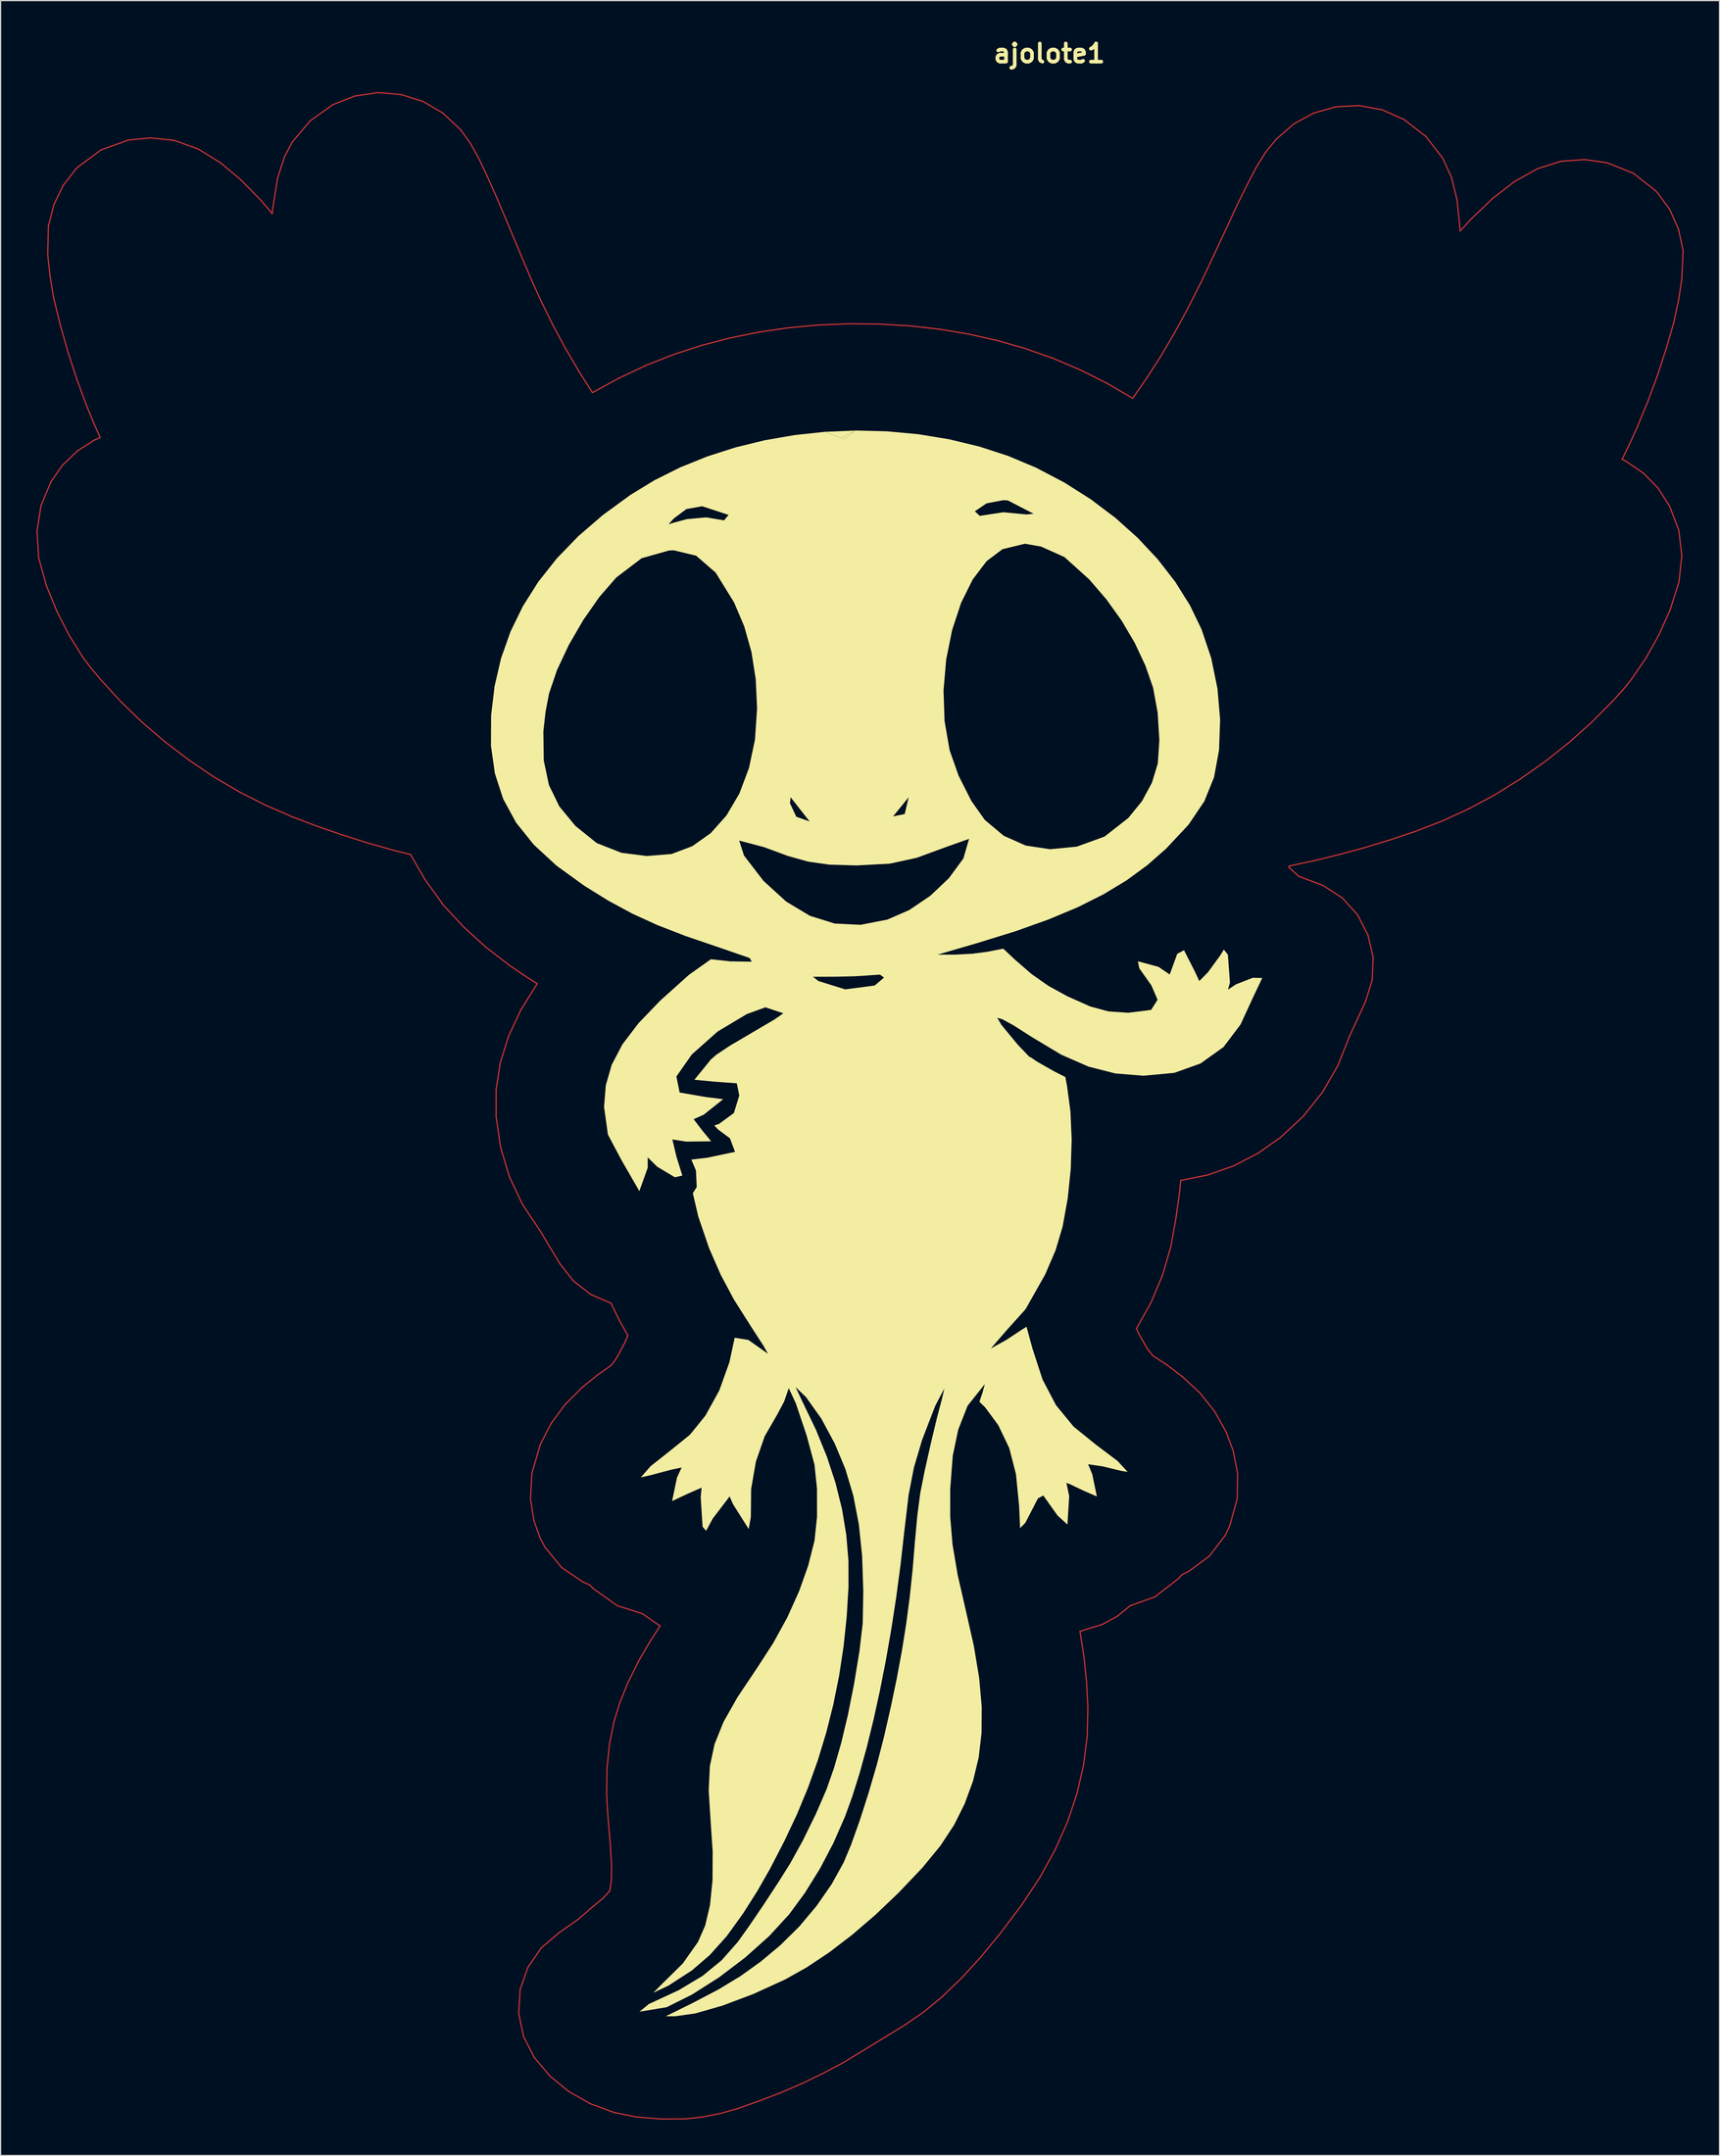
<source format=kicad_pcb>
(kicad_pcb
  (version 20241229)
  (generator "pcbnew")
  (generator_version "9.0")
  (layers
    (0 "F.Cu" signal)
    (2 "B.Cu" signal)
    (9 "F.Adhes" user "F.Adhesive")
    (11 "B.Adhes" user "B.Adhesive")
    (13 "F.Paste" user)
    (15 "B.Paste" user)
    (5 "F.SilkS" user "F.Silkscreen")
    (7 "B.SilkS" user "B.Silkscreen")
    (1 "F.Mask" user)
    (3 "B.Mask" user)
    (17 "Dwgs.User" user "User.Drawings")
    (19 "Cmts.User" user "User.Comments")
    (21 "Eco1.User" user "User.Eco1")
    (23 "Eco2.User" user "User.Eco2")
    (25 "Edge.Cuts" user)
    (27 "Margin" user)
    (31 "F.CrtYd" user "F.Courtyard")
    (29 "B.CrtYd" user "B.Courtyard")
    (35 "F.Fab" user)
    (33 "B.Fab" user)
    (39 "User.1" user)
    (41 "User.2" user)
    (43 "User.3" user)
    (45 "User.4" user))
  (footprint "ajolote1"
    (layer "F.Cu")
    (at 84.874 89.525)
    (property "Reference" "ajolote1" (at 0 -88.098 0) (layer "F.SilkS") (effects (font (size 1.524 1.524) (thickness 0.305))))
    (attr smd)
    (fp_line (start -84.824 -48.062) (end -84.685 -45.832) (stroke (width 0.1) (type solid)) (layer "F.Cu"))
    (fp_line (start -84.685 -45.832) (end -84.03 -43.484) (stroke (width 0.1) (type solid)) (layer "F.Cu"))
    (fp_line (start -84.49 -50.205) (end -84.824 -48.062) (stroke (width 0.1) (type solid)) (layer "F.Cu"))
    (fp_line (start -84.03 -43.484) (end -83.161 -41.361) (stroke (width 0.1) (type solid)) (layer "F.Cu"))
    (fp_line (start -83.924 -71.213) (end -83.736 -69.486) (stroke (width 0.1) (type solid)) (layer "F.Cu"))
    (fp_line (start -83.871 -73.62) (end -83.924 -71.213) (stroke (width 0.1) (type solid)) (layer "F.Cu"))
    (fp_line (start -83.845 -73.726) (end -83.871 -73.62) (stroke (width 0.1) (type solid)) (layer "F.Cu"))
    (fp_line (start -83.736 -69.486) (end -83.448 -67.72) (stroke (width 0.1) (type solid)) (layer "F.Cu"))
    (fp_line (start -83.686 -52.163) (end -83.66 -52.189) (stroke (width 0.1) (type solid)) (layer "F.Cu"))
    (fp_line (start -83.66 -52.189) (end -84.49 -50.205) (stroke (width 0.1) (type solid)) (layer "F.Cu"))
    (fp_line (start -83.448 -67.72) (end -83.395 -67.482) (stroke (width 0.1) (type solid)) (layer "F.Cu"))
    (fp_line (start -83.396 -75.458) (end -83.845 -73.726) (stroke (width 0.1) (type solid)) (layer "F.Cu"))
    (fp_line (start -83.395 -67.482) (end -82.839 -65.226) (stroke (width 0.1) (type solid)) (layer "F.Cu"))
    (fp_line (start -83.161 -41.361) (end -82.156 -39.39) (stroke (width 0.1) (type solid)) (layer "F.Cu"))
    (fp_line (start -82.839 -65.226) (end -82.201 -62.987) (stroke (width 0.1) (type solid)) (layer "F.Cu"))
    (fp_line (start -82.678 -53.606) (end -83.686 -52.163) (stroke (width 0.1) (type solid)) (layer "F.Cu"))
    (fp_line (start -82.636 -77.03) (end -83.396 -75.458) (stroke (width 0.1) (type solid)) (layer "F.Cu"))
    (fp_line (start -82.201 -62.987) (end -81.479 -60.774) (stroke (width 0.1) (type solid)) (layer "F.Cu"))
    (fp_line (start -82.156 -39.39) (end -81.04 -37.584) (stroke (width 0.1) (type solid)) (layer "F.Cu"))
    (fp_line (start -81.569 -78.409) (end -82.636 -77.03) (stroke (width 0.1) (type solid)) (layer "F.Cu"))
    (fp_line (start -81.479 -60.774) (end -80.67 -58.592) (stroke (width 0.1) (type solid)) (layer "F.Cu"))
    (fp_line (start -81.422 -54.803) (end -82.678 -53.606) (stroke (width 0.1) (type solid)) (layer "F.Cu"))
    (fp_line (start -81.411 -78.568) (end -81.569 -78.409) (stroke (width 0.1) (type solid)) (layer "F.Cu"))
    (fp_line (start -81.04 -37.584) (end -80.511 -36.87) (stroke (width 0.1) (type solid)) (layer "F.Cu"))
    (fp_line (start -80.67 -58.592) (end -80.121 -57.246) (stroke (width 0.1) (type solid)) (layer "F.Cu"))
    (fp_line (start -80.511 -36.87) (end -80.273 -36.552) (stroke (width 0.1) (type solid)) (layer "F.Cu"))
    (fp_line (start -80.273 -36.552) (end -80.061 -36.314) (stroke (width 0.1) (type solid)) (layer "F.Cu"))
    (fp_line (start -80.121 -57.246) (end -79.532 -55.92) (stroke (width 0.1) (type solid)) (layer "F.Cu"))
    (fp_line (start -80.061 -36.314) (end -79.638 -35.811) (stroke (width 0.1) (type solid)) (layer "F.Cu"))
    (fp_line (start -79.955 -55.734) (end -81.422 -54.803) (stroke (width 0.1) (type solid)) (layer "F.Cu"))
    (fp_line (start -79.929 -55.734) (end -79.955 -55.734) (stroke (width 0.1) (type solid)) (layer "F.Cu"))
    (fp_line (start -79.638 -35.811) (end -79.532 -35.679) (stroke (width 0.1) (type solid)) (layer "F.Cu"))
    (fp_line (start -79.532 -55.92) (end -79.929 -55.734) (stroke (width 0.1) (type solid)) (layer "F.Cu"))
    (fp_line (start -79.532 -35.679) (end -77.826 -33.809) (stroke (width 0.1) (type solid)) (layer "F.Cu"))
    (fp_line (start -79.459 -80.013) (end -81.411 -78.568) (stroke (width 0.1) (type solid)) (layer "F.Cu"))
    (fp_line (start -77.826 -33.809) (end -76.007 -32.048) (stroke (width 0.1) (type solid)) (layer "F.Cu"))
    (fp_line (start -77.151 -80.843) (end -79.459 -80.013) (stroke (width 0.1) (type solid)) (layer "F.Cu"))
    (fp_line (start -76.007 -32.048) (end -74.078 -30.396) (stroke (width 0.1) (type solid)) (layer "F.Cu"))
    (fp_line (start -75.352 -81.022) (end -77.151 -80.843) (stroke (width 0.1) (type solid)) (layer "F.Cu"))
    (fp_line (start -74.078 -30.396) (end -72.044 -28.853) (stroke (width 0.1) (type solid)) (layer "F.Cu"))
    (fp_line (start -73.553 -80.843) (end -75.352 -81.022) (stroke (width 0.1) (type solid)) (layer "F.Cu"))
    (fp_line (start -73.288 -80.791) (end -73.553 -80.843) (stroke (width 0.1) (type solid)) (layer "F.Cu"))
    (fp_line (start -73.261 -80.791) (end -73.288 -80.791) (stroke (width 0.1) (type solid)) (layer "F.Cu"))
    (fp_line (start -72.044 -28.853) (end -69.997 -27.469) (stroke (width 0.1) (type solid)) (layer "F.Cu"))
    (fp_line (start -71.327 -80.093) (end -73.261 -80.791) (stroke (width 0.1) (type solid)) (layer "F.Cu"))
    (fp_line (start -69.997 -27.469) (end -67.867 -26.217) (stroke (width 0.1) (type solid)) (layer "F.Cu"))
    (fp_line (start -69.451 -78.938) (end -71.327 -80.093) (stroke (width 0.1) (type solid)) (layer "F.Cu"))
    (fp_line (start -67.867 -26.217) (end -65.663 -25.099) (stroke (width 0.1) (type solid)) (layer "F.Cu"))
    (fp_line (start -67.745 -77.51) (end -69.451 -78.938) (stroke (width 0.1) (type solid)) (layer "F.Cu"))
    (fp_line (start -66.038 -75.763) (end -67.745 -77.51) (stroke (width 0.1) (type solid)) (layer "F.Cu"))
    (fp_line (start -65.663 -25.099) (end -63.393 -24.117) (stroke (width 0.1) (type solid)) (layer "F.Cu"))
    (fp_line (start -65.112 -74.679) (end -66.038 -75.763) (stroke (width 0.1) (type solid)) (layer "F.Cu"))
    (fp_line (start -65.086 -74.996) (end -65.112 -74.679) (stroke (width 0.1) (type solid)) (layer "F.Cu"))
    (fp_line (start -64.666 -77.658) (end -65.086 -74.996) (stroke (width 0.1) (type solid)) (layer "F.Cu"))
    (fp_line (start -64.077 -79.461) (end -64.666 -77.658) (stroke (width 0.1) (type solid)) (layer "F.Cu"))
    (fp_line (start -63.445 -80.658) (end -64.077 -79.461) (stroke (width 0.1) (type solid)) (layer "F.Cu"))
    (fp_line (start -63.393 -24.117) (end -61.33 -23.333) (stroke (width 0.1) (type solid)) (layer "F.Cu"))
    (fp_line (start -61.937 -82.451) (end -63.445 -80.658) (stroke (width 0.1) (type solid)) (layer "F.Cu"))
    (fp_line (start -61.33 -23.333) (end -59.239 -22.609) (stroke (width 0.1) (type solid)) (layer "F.Cu"))
    (fp_line (start -60.032 -83.807) (end -61.937 -82.451) (stroke (width 0.1) (type solid)) (layer "F.Cu"))
    (fp_line (start -59.239 -22.609) (end -57.127 -21.944) (stroke (width 0.1) (type solid)) (layer "F.Cu"))
    (fp_line (start -58.192 -84.526) (end -60.032 -83.807) (stroke (width 0.1) (type solid)) (layer "F.Cu"))
    (fp_line (start -57.127 -21.944) (end -55.005 -21.339) (stroke (width 0.1) (type solid)) (layer "F.Cu"))
    (fp_line (start -56.263 -84.816) (end -58.192 -84.526) (stroke (width 0.1) (type solid)) (layer "F.Cu"))
    (fp_line (start -55.005 -21.339) (end -53.524 -20.968) (stroke (width 0.1) (type solid)) (layer "F.Cu"))
    (fp_line (start -54.317 -84.653) (end -56.263 -84.816) (stroke (width 0.1) (type solid)) (layer "F.Cu"))
    (fp_line (start -53.524 -20.968) (end -52.333 -18.904) (stroke (width 0.1) (type solid)) (layer "F.Cu"))
    (fp_line (start -52.482 -84.075) (end -54.317 -84.653) (stroke (width 0.1) (type solid)) (layer "F.Cu"))
    (fp_line (start -52.333 -18.904) (end -50.904 -16.92) (stroke (width 0.1) (type solid)) (layer "F.Cu"))
    (fp_line (start -50.904 -16.92) (end -50.904 -16.894) (stroke (width 0.1) (type solid)) (layer "F.Cu"))
    (fp_line (start -50.904 -16.894) (end -50.798 -16.761) (stroke (width 0.1) (type solid)) (layer "F.Cu"))
    (fp_line (start -50.817 -83.097) (end -52.482 -84.075) (stroke (width 0.1) (type solid)) (layer "F.Cu"))
    (fp_line (start -50.798 -16.761) (end -49.1 -14.928) (stroke (width 0.1) (type solid)) (layer "F.Cu"))
    (fp_line (start -49.37 -81.743) (end -50.817 -83.097) (stroke (width 0.1) (type solid)) (layer "F.Cu"))
    (fp_line (start -49.264 -81.611) (end -49.37 -81.743) (stroke (width 0.1) (type solid)) (layer "F.Cu"))
    (fp_line (start -49.1 -14.928) (end -47.249 -13.241) (stroke (width 0.1) (type solid)) (layer "F.Cu"))
    (fp_line (start -48.506 -80.559) (end -49.264 -81.611) (stroke (width 0.1) (type solid)) (layer "F.Cu"))
    (fp_line (start -47.809 -79.309) (end -48.506 -80.559) (stroke (width 0.1) (type solid)) (layer "F.Cu"))
    (fp_line (start -47.249 -13.241) (end -45.269 -11.708) (stroke (width 0.1) (type solid)) (layer "F.Cu"))
    (fp_line (start -47.112 -77.836) (end -47.809 -79.309) (stroke (width 0.1) (type solid)) (layer "F.Cu"))
    (fp_line (start -46.354 -1.258) (end -46.353 0.992) (stroke (width 0.1) (type solid)) (layer "F.Cu"))
    (fp_line (start -46.353 0.992) (end -45.972 3.59) (stroke (width 0.1) (type solid)) (layer "F.Cu"))
    (fp_line (start -46.345 -76.116) (end -47.112 -77.836) (stroke (width 0.1) (type solid)) (layer "F.Cu"))
    (fp_line (start -46.007 -3.5) (end -46.354 -1.258) (stroke (width 0.1) (type solid)) (layer "F.Cu"))
    (fp_line (start -45.972 3.59) (end -45.229 6.056) (stroke (width 0.1) (type solid)) (layer "F.Cu"))
    (fp_line (start -45.507 -74.149) (end -46.345 -76.116) (stroke (width 0.1) (type solid)) (layer "F.Cu"))
    (fp_line (start -45.317 -5.731) (end -46.007 -3.5) (stroke (width 0.1) (type solid)) (layer "F.Cu"))
    (fp_line (start -45.269 -11.708) (end -44.101 -10.907) (stroke (width 0.1) (type solid)) (layer "F.Cu"))
    (fp_line (start -45.229 6.056) (end -44.128 8.378) (stroke (width 0.1) (type solid)) (layer "F.Cu"))
    (fp_line (start -44.463 76.142) (end -44.054 78.075) (stroke (width 0.1) (type solid)) (layer "F.Cu"))
    (fp_line (start -44.343 74.149) (end -44.463 76.142) (stroke (width 0.1) (type solid)) (layer "F.Cu"))
    (fp_line (start -44.285 -7.947) (end -45.317 -5.731) (stroke (width 0.1) (type solid)) (layer "F.Cu"))
    (fp_line (start -44.128 8.378) (end -42.676 10.544) (stroke (width 0.1) (type solid)) (layer "F.Cu"))
    (fp_line (start -44.101 -10.907) (end -42.914 -10.147) (stroke (width 0.1) (type solid)) (layer "F.Cu"))
    (fp_line (start -44.054 78.075) (end -43.152 79.838) (stroke (width 0.1) (type solid)) (layer "F.Cu"))
    (fp_line (start -44.022 -70.601) (end -45.507 -74.149) (stroke (width 0.1) (type solid)) (layer "F.Cu"))
    (fp_line (start -43.692 72.279) (end -44.343 74.149) (stroke (width 0.1) (type solid)) (layer "F.Cu"))
    (fp_line (start -43.549 -69.493) (end -44.022 -70.601) (stroke (width 0.1) (type solid)) (layer "F.Cu"))
    (fp_line (start -43.549 -69.466) (end -43.549 -69.493) (stroke (width 0.1) (type solid)) (layer "F.Cu"))
    (fp_line (start -43.476 33.007) (end -43.192 34.826) (stroke (width 0.1) (type solid)) (layer "F.Cu"))
    (fp_line (start -43.353 30.87) (end -43.476 33.007) (stroke (width 0.1) (type solid)) (layer "F.Cu"))
    (fp_line (start -43.192 34.826) (end -42.676 36.288) (stroke (width 0.1) (type solid)) (layer "F.Cu"))
    (fp_line (start -43.152 79.838) (end -41.842 81.383) (stroke (width 0.1) (type solid)) (layer "F.Cu"))
    (fp_line (start -42.914 -10.147) (end -44.285 -7.947) (stroke (width 0.1) (type solid)) (layer "F.Cu"))
    (fp_line (start -42.676 10.544) (end -41.009 13.322) (stroke (width 0.1) (type solid)) (layer "F.Cu"))
    (fp_line (start -42.676 36.288) (end -42.252 37.081) (stroke (width 0.1) (type solid)) (layer "F.Cu"))
    (fp_line (start -42.649 28.456) (end -43.353 30.87) (stroke (width 0.1) (type solid)) (layer "F.Cu"))
    (fp_line (start -42.587 -67.346) (end -43.549 -69.466) (stroke (width 0.1) (type solid)) (layer "F.Cu"))
    (fp_line (start -42.577 70.649) (end -43.692 72.279) (stroke (width 0.1) (type solid)) (layer "F.Cu"))
    (fp_line (start -42.252 37.081) (end -40.863 38.775) (stroke (width 0.1) (type solid)) (layer "F.Cu"))
    (fp_line (start -41.842 81.383) (end -40.271 82.676) (stroke (width 0.1) (type solid)) (layer "F.Cu"))
    (fp_line (start -41.75 26.71) (end -42.649 28.456) (stroke (width 0.1) (type solid)) (layer "F.Cu"))
    (fp_line (start -41.577 -65.304) (end -42.587 -67.346) (stroke (width 0.1) (type solid)) (layer "F.Cu"))
    (fp_line (start -41.062 69.361) (end -42.577 70.649) (stroke (width 0.1) (type solid)) (layer "F.Cu"))
    (fp_line (start -41.009 13.322) (end -39.862 14.779) (stroke (width 0.1) (type solid)) (layer "F.Cu"))
    (fp_line (start -40.863 38.775) (end -39.077 39.992) (stroke (width 0.1) (type solid)) (layer "F.Cu"))
    (fp_line (start -40.585 25.122) (end -41.75 26.71) (stroke (width 0.1) (type solid)) (layer "F.Cu"))
    (fp_line (start -40.522 -63.344) (end -41.577 -65.304) (stroke (width 0.1) (type solid)) (layer "F.Cu"))
    (fp_line (start -40.271 82.676) (end -38.468 83.7) (stroke (width 0.1) (type solid)) (layer "F.Cu"))
    (fp_line (start -39.862 14.779) (end -38.416 15.895) (stroke (width 0.1) (type solid)) (layer "F.Cu"))
    (fp_line (start -39.474 68.249) (end -41.062 69.361) (stroke (width 0.1) (type solid)) (layer "F.Cu"))
    (fp_line (start -39.423 -61.467) (end -40.522 -63.344) (stroke (width 0.1) (type solid)) (layer "F.Cu"))
    (fp_line (start -39.157 23.693) (end -40.585 25.122) (stroke (width 0.1) (type solid)) (layer "F.Cu"))
    (fp_line (start -39.077 39.992) (end -38.522 40.23) (stroke (width 0.1) (type solid)) (layer "F.Cu"))
    (fp_line (start -38.522 40.23) (end -38.204 40.547) (stroke (width 0.1) (type solid)) (layer "F.Cu"))
    (fp_line (start -38.468 83.7) (end -36.458 84.442) (stroke (width 0.1) (type solid)) (layer "F.Cu"))
    (fp_line (start -38.416 15.895) (end -36.723 16.629) (stroke (width 0.1) (type solid)) (layer "F.Cu"))
    (fp_line (start -38.31 67.244) (end -39.474 68.249) (stroke (width 0.1) (type solid)) (layer "F.Cu"))
    (fp_line (start -38.284 -59.677) (end -39.423 -61.467) (stroke (width 0.1) (type solid)) (layer "F.Cu"))
    (fp_line (start -38.284 67.217) (end -38.31 67.244) (stroke (width 0.1) (type solid)) (layer "F.Cu"))
    (fp_line (start -38.204 40.547) (end -36.193 41.976) (stroke (width 0.1) (type solid)) (layer "F.Cu"))
    (fp_line (start -38.151 67.112) (end -38.284 67.217) (stroke (width 0.1) (type solid)) (layer "F.Cu"))
    (fp_line (start -38.125 67.085) (end -38.151 67.112) (stroke (width 0.1) (type solid)) (layer "F.Cu"))
    (fp_line (start -37.85 22.638) (end -39.157 23.693) (stroke (width 0.1) (type solid)) (layer "F.Cu"))
    (fp_line (start -37.649 66.688) (end -38.125 67.085) (stroke (width 0.1) (type solid)) (layer "F.Cu"))
    (fp_line (start -37.384 66.477) (end -37.649 66.688) (stroke (width 0.1) (type solid)) (layer "F.Cu"))
    (fp_line (start -37.093 57.692) (end -37.033 58.989) (stroke (width 0.1) (type solid)) (layer "F.Cu"))
    (fp_line (start -37.059 55.56) (end -37.093 57.692) (stroke (width 0.1) (type solid)) (layer "F.Cu"))
    (fp_line (start -37.033 58.989) (end -36.775 62.111) (stroke (width 0.1) (type solid)) (layer "F.Cu"))
    (fp_line (start -36.855 65.894) (end -37.384 66.477) (stroke (width 0.1) (type solid)) (layer "F.Cu"))
    (fp_line (start -36.854 53.563) (end -37.059 55.56) (stroke (width 0.1) (type solid)) (layer "F.Cu"))
    (fp_line (start -36.802 65.736) (end -36.802 65.762) (stroke (width 0.1) (type solid)) (layer "F.Cu"))
    (fp_line (start -36.802 65.762) (end -36.855 65.894) (stroke (width 0.1) (type solid)) (layer "F.Cu"))
    (fp_line (start -36.775 62.111) (end -36.676 63.917) (stroke (width 0.1) (type solid)) (layer "F.Cu"))
    (fp_line (start -36.775 65.551) (end -36.802 65.736) (stroke (width 0.1) (type solid)) (layer "F.Cu"))
    (fp_line (start -36.723 16.629) (end -36.061 17.998) (stroke (width 0.1) (type solid)) (layer "F.Cu"))
    (fp_line (start -36.723 21.841) (end -37.85 22.638) (stroke (width 0.1) (type solid)) (layer "F.Cu"))
    (fp_line (start -36.696 64.968) (end -36.775 65.551) (stroke (width 0.1) (type solid)) (layer "F.Cu"))
    (fp_line (start -36.676 63.917) (end -36.696 64.968) (stroke (width 0.1) (type solid)) (layer "F.Cu"))
    (fp_line (start -36.484 51.713) (end -36.854 53.563) (stroke (width 0.1) (type solid)) (layer "F.Cu"))
    (fp_line (start -36.458 84.442) (end -34.632 84.812) (stroke (width 0.1) (type solid)) (layer "F.Cu"))
    (fp_line (start -36.379 21.392) (end -36.723 21.841) (stroke (width 0.1) (type solid)) (layer "F.Cu"))
    (fp_line (start -36.22 21.153) (end -36.379 21.392) (stroke (width 0.1) (type solid)) (layer "F.Cu"))
    (fp_line (start -36.193 41.976) (end -34.103 42.638) (stroke (width 0.1) (type solid)) (layer "F.Cu"))
    (fp_line (start -36.079 -60.883) (end -38.284 -59.677) (stroke (width 0.1) (type solid)) (layer "F.Cu"))
    (fp_line (start -36.061 17.998) (end -35.32 19.328) (stroke (width 0.1) (type solid)) (layer "F.Cu"))
    (fp_line (start -35.991 50.102) (end -36.484 51.713) (stroke (width 0.1) (type solid)) (layer "F.Cu"))
    (fp_line (start -35.558 19.91) (end -36.22 21.153) (stroke (width 0.1) (type solid)) (layer "F.Cu"))
    (fp_line (start -35.505 19.778) (end -35.558 19.91) (stroke (width 0.1) (type solid)) (layer "F.Cu"))
    (fp_line (start -35.32 19.328) (end -35.505 19.778) (stroke (width 0.1) (type solid)) (layer "F.Cu"))
    (fp_line (start -35.303 48.403) (end -35.991 50.102) (stroke (width 0.1) (type solid)) (layer "F.Cu"))
    (fp_line (start -34.632 84.812) (end -32.489 84.991) (stroke (width 0.1) (type solid)) (layer "F.Cu"))
    (fp_line (start -34.421 46.633) (end -35.303 48.403) (stroke (width 0.1) (type solid)) (layer "F.Cu"))
    (fp_line (start -34.394 46.58) (end -34.421 46.633) (stroke (width 0.1) (type solid)) (layer "F.Cu"))
    (fp_line (start -34.103 42.638) (end -32.621 43.669) (stroke (width 0.1) (type solid)) (layer "F.Cu"))
    (fp_line (start -33.803 -61.954) (end -36.079 -60.883) (stroke (width 0.1) (type solid)) (layer "F.Cu"))
    (fp_line (start -33.528 45.095) (end -34.394 46.58) (stroke (width 0.1) (type solid)) (layer "F.Cu"))
    (fp_line (start -32.621 43.669) (end -33.528 45.095) (stroke (width 0.1) (type solid)) (layer "F.Cu"))
    (fp_line (start -32.489 84.991) (end -30.505 84.971) (stroke (width 0.1) (type solid)) (layer "F.Cu"))
    (fp_line (start -31.457 -62.878) (end -33.803 -61.954) (stroke (width 0.1) (type solid)) (layer "F.Cu"))
    (fp_line (start -30.505 84.971) (end -29.208 84.839) (stroke (width 0.1) (type solid)) (layer "F.Cu"))
    (fp_line (start -29.208 84.839) (end -27.624 84.538) (stroke (width 0.1) (type solid)) (layer "F.Cu"))
    (fp_line (start -29.172 -63.623) (end -31.457 -62.878) (stroke (width 0.1) (type solid)) (layer "F.Cu"))
    (fp_line (start -27.624 84.538) (end -26.06 84.098) (stroke (width 0.1) (type solid)) (layer "F.Cu"))
    (fp_line (start -26.816 -64.243) (end -29.172 -63.623) (stroke (width 0.1) (type solid)) (layer "F.Cu"))
    (fp_line (start -26.06 84.098) (end -26.007 84.071) (stroke (width 0.1) (type solid)) (layer "F.Cu"))
    (fp_line (start -26.007 84.071) (end -24.238 83.443) (stroke (width 0.1) (type solid)) (layer "F.Cu"))
    (fp_line (start -24.396 -64.737) (end -26.816 -64.243) (stroke (width 0.1) (type solid)) (layer "F.Cu"))
    (fp_line (start -24.238 83.443) (end -22.488 82.775) (stroke (width 0.1) (type solid)) (layer "F.Cu"))
    (fp_line (start -22.488 82.775) (end -20.719 82.008) (stroke (width 0.1) (type solid)) (layer "F.Cu"))
    (fp_line (start -21.917 -65.103) (end -24.396 -64.737) (stroke (width 0.1) (type solid)) (layer "F.Cu"))
    (fp_line (start -20.719 82.008) (end -18.969 81.161) (stroke (width 0.1) (type solid)) (layer "F.Cu"))
    (fp_line (start -19.383 -65.339) (end -21.917 -65.103) (stroke (width 0.1) (type solid)) (layer "F.Cu"))
    (fp_line (start -18.969 81.161) (end -17.286 80.271) (stroke (width 0.1) (type solid)) (layer "F.Cu"))
    (fp_line (start -17.286 80.271) (end -15.662 79.282) (stroke (width 0.1) (type solid)) (layer "F.Cu"))
    (fp_line (start -16.799 -65.445) (end -19.383 -65.339) (stroke (width 0.1) (type solid)) (layer "F.Cu"))
    (fp_line (start -15.662 79.282) (end -14.048 78.3) (stroke (width 0.1) (type solid)) (layer "F.Cu"))
    (fp_line (start -14.214 -65.42) (end -16.799 -65.445) (stroke (width 0.1) (type solid)) (layer "F.Cu"))
    (fp_line (start -14.048 78.3) (end -12.037 77.06) (stroke (width 0.1) (type solid)) (layer "F.Cu"))
    (fp_line (start -12.037 77.06) (end -10.504 76.003) (stroke (width 0.1) (type solid)) (layer "F.Cu"))
    (fp_line (start -11.673 -65.268) (end -14.214 -65.42) (stroke (width 0.1) (type solid)) (layer "F.Cu"))
    (fp_line (start -10.504 76.003) (end -8.943 74.708) (stroke (width 0.1) (type solid)) (layer "F.Cu"))
    (fp_line (start -9.183 -64.988) (end -11.673 -65.268) (stroke (width 0.1) (type solid)) (layer "F.Cu"))
    (fp_line (start -8.943 74.708) (end -7.35 73.171) (stroke (width 0.1) (type solid)) (layer "F.Cu"))
    (fp_line (start -7.35 73.171) (end -5.72 71.386) (stroke (width 0.1) (type solid)) (layer "F.Cu"))
    (fp_line (start -6.747 -64.58) (end -9.183 -64.988) (stroke (width 0.1) (type solid)) (layer "F.Cu"))
    (fp_line (start -5.72 71.386) (end -4.047 69.35) (stroke (width 0.1) (type solid)) (layer "F.Cu"))
    (fp_line (start -4.372 -64.045) (end -6.747 -64.58) (stroke (width 0.1) (type solid)) (layer "F.Cu"))
    (fp_line (start -4.047 69.35) (end -2.327 67.059) (stroke (width 0.1) (type solid)) (layer "F.Cu"))
    (fp_line (start -2.327 67.059) (end -0.803 64.764) (stroke (width 0.1) (type solid)) (layer "F.Cu"))
    (fp_line (start -2.062 -63.381) (end -4.372 -64.045) (stroke (width 0.1) (type solid)) (layer "F.Cu"))
    (fp_line (start -0.803 64.764) (end 0.48 62.44) (stroke (width 0.1) (type solid)) (layer "F.Cu"))
    (fp_line (start 0.304 -62.553) (end -2.062 -63.381) (stroke (width 0.1) (type solid)) (layer "F.Cu"))
    (fp_line (start 0.48 62.44) (end 1.521 60.09) (stroke (width 0.1) (type solid)) (layer "F.Cu"))
    (fp_line (start 1.521 60.09) (end 2.317 57.717) (stroke (width 0.1) (type solid)) (layer "F.Cu"))
    (fp_line (start 2.317 57.717) (end 2.869 55.325) (stroke (width 0.1) (type solid)) (layer "F.Cu"))
    (fp_line (start 2.568 44.119) (end 4.447 43.537) (stroke (width 0.1) (type solid)) (layer "F.Cu"))
    (fp_line (start 2.601 -61.578) (end 0.304 -62.553) (stroke (width 0.1) (type solid)) (layer "F.Cu"))
    (fp_line (start 2.869 55.325) (end 3.173 52.917) (stroke (width 0.1) (type solid)) (layer "F.Cu"))
    (fp_line (start 2.904 46.278) (end 2.568 44.119) (stroke (width 0.1) (type solid)) (layer "F.Cu"))
    (fp_line (start 3.123 48.407) (end 2.904 46.278) (stroke (width 0.1) (type solid)) (layer "F.Cu"))
    (fp_line (start 3.173 52.917) (end 3.23 50.496) (stroke (width 0.1) (type solid)) (layer "F.Cu"))
    (fp_line (start 3.23 50.496) (end 3.123 48.407) (stroke (width 0.1) (type solid)) (layer "F.Cu"))
    (fp_line (start 4.447 43.537) (end 5.68 42.866) (stroke (width 0.1) (type solid)) (layer "F.Cu"))
    (fp_line (start 4.829 -60.46) (end 2.601 -61.578) (stroke (width 0.1) (type solid)) (layer "F.Cu"))
    (fp_line (start 5.68 42.866) (end 6.775 41.976) (stroke (width 0.1) (type solid)) (layer "F.Cu"))
    (fp_line (start 6.775 41.976) (end 8.839 41.235) (stroke (width 0.1) (type solid)) (layer "F.Cu"))
    (fp_line (start 6.987 -59.201) (end 4.829 -60.46) (stroke (width 0.1) (type solid)) (layer "F.Cu"))
    (fp_line (start 7.304 18.746) (end 8.525 16.563) (stroke (width 0.1) (type solid)) (layer "F.Cu"))
    (fp_line (start 7.489 19.169) (end 7.304 18.746) (stroke (width 0.1) (type solid)) (layer "F.Cu"))
    (fp_line (start 8.177 20.386) (end 7.489 19.169) (stroke (width 0.1) (type solid)) (layer "F.Cu"))
    (fp_line (start 8.204 20.413) (end 8.177 20.386) (stroke (width 0.1) (type solid)) (layer "F.Cu"))
    (fp_line (start 8.206 -60.959) (end 6.987 -59.201) (stroke (width 0.1) (type solid)) (layer "F.Cu"))
    (fp_line (start 8.31 20.571) (end 8.204 20.413) (stroke (width 0.1) (type solid)) (layer "F.Cu"))
    (fp_line (start 8.525 16.563) (end 9.487 14.264) (stroke (width 0.1) (type solid)) (layer "F.Cu"))
    (fp_line (start 8.706 21.048) (end 8.31 20.571) (stroke (width 0.1) (type solid)) (layer "F.Cu"))
    (fp_line (start 8.839 41.235) (end 10.823 39.701) (stroke (width 0.1) (type solid)) (layer "F.Cu"))
    (fp_line (start 9.385 -62.806) (end 8.206 -60.959) (stroke (width 0.1) (type solid)) (layer "F.Cu"))
    (fp_line (start 9.487 14.264) (end 10.191 11.851) (stroke (width 0.1) (type solid)) (layer "F.Cu"))
    (fp_line (start 9.871 21.805) (end 8.706 21.048) (stroke (width 0.1) (type solid)) (layer "F.Cu"))
    (fp_line (start 10.191 11.851) (end 10.638 9.327) (stroke (width 0.1) (type solid)) (layer "F.Cu"))
    (fp_line (start 10.524 -64.738) (end 9.385 -62.806) (stroke (width 0.1) (type solid)) (layer "F.Cu"))
    (fp_line (start 10.638 9.327) (end 10.664 9.088) (stroke (width 0.1) (type solid)) (layer "F.Cu"))
    (fp_line (start 10.664 9.088) (end 10.902 7.422) (stroke (width 0.1) (type solid)) (layer "F.Cu"))
    (fp_line (start 10.823 39.701) (end 11.088 39.383) (stroke (width 0.1) (type solid)) (layer "F.Cu"))
    (fp_line (start 10.902 7.422) (end 11.008 6.337) (stroke (width 0.1) (type solid)) (layer "F.Cu"))
    (fp_line (start 11.008 6.337) (end 13.267 5.882) (stroke (width 0.1) (type solid)) (layer "F.Cu"))
    (fp_line (start 11.088 39.383) (end 11.643 39.119) (stroke (width 0.1) (type solid)) (layer "F.Cu"))
    (fp_line (start 11.194 22.82) (end 9.871 21.805) (stroke (width 0.1) (type solid)) (layer "F.Cu"))
    (fp_line (start 11.621 -66.756) (end 10.524 -64.738) (stroke (width 0.1) (type solid)) (layer "F.Cu"))
    (fp_line (start 11.643 39.119) (end 13.399 37.825) (stroke (width 0.1) (type solid)) (layer "F.Cu"))
    (fp_line (start 12.657 24.184) (end 11.194 22.82) (stroke (width 0.1) (type solid)) (layer "F.Cu"))
    (fp_line (start 12.675 -68.858) (end 11.621 -66.756) (stroke (width 0.1) (type solid)) (layer "F.Cu"))
    (fp_line (start 12.702 -68.884) (end 12.675 -68.858) (stroke (width 0.1) (type solid)) (layer "F.Cu"))
    (fp_line (start 13.218 -69.992) (end 12.702 -68.884) (stroke (width 0.1) (type solid)) (layer "F.Cu"))
    (fp_line (start 13.267 5.882) (end 15.427 5.123) (stroke (width 0.1) (type solid)) (layer "F.Cu"))
    (fp_line (start 13.399 37.825) (end 14.739 36.076) (stroke (width 0.1) (type solid)) (layer "F.Cu"))
    (fp_line (start 13.867 25.725) (end 12.657 24.184) (stroke (width 0.1) (type solid)) (layer "F.Cu"))
    (fp_line (start 14.739 36.076) (end 15.109 35.309) (stroke (width 0.1) (type solid)) (layer "F.Cu"))
    (fp_line (start 14.818 27.424) (end 13.867 25.725) (stroke (width 0.1) (type solid)) (layer "F.Cu"))
    (fp_line (start 14.845 -73.462) (end 13.218 -69.992) (stroke (width 0.1) (type solid)) (layer "F.Cu"))
    (fp_line (start 15.109 35.309) (end 15.741 33.009) (stroke (width 0.1) (type solid)) (layer "F.Cu"))
    (fp_line (start 15.407 28.995) (end 14.818 27.424) (stroke (width 0.1) (type solid)) (layer "F.Cu"))
    (fp_line (start 15.427 5.123) (end 17.467 4.071) (stroke (width 0.1) (type solid)) (layer "F.Cu"))
    (fp_line (start 15.741 33.009) (end 15.777 30.88) (stroke (width 0.1) (type solid)) (layer "F.Cu"))
    (fp_line (start 15.742 -75.402) (end 14.845 -73.462) (stroke (width 0.1) (type solid)) (layer "F.Cu"))
    (fp_line (start 15.777 30.88) (end 15.407 28.995) (stroke (width 0.1) (type solid)) (layer "F.Cu"))
    (fp_line (start 16.575 -77.095) (end 15.742 -75.402) (stroke (width 0.1) (type solid)) (layer "F.Cu"))
    (fp_line (start 17.332 -78.542) (end 16.575 -77.095) (stroke (width 0.1) (type solid)) (layer "F.Cu"))
    (fp_line (start 17.467 4.071) (end 19.369 2.738) (stroke (width 0.1) (type solid)) (layer "F.Cu"))
    (fp_line (start 18.129 -79.831) (end 17.332 -78.542) (stroke (width 0.1) (type solid)) (layer "F.Cu"))
    (fp_line (start 19.025 -80.923) (end 18.129 -79.831) (stroke (width 0.1) (type solid)) (layer "F.Cu"))
    (fp_line (start 19.369 2.738) (end 21.282 0.955) (stroke (width 0.1) (type solid)) (layer "F.Cu"))
    (fp_line (start 20.057 -19.91) (end 20.11 -19.989) (stroke (width 0.1) (type solid)) (layer "F.Cu"))
    (fp_line (start 20.11 -20.016) (end 22.121 -20.439) (stroke (width 0.1) (type solid)) (layer "F.Cu"))
    (fp_line (start 20.11 -19.989) (end 20.11 -20.016) (stroke (width 0.1) (type solid)) (layer "F.Cu"))
    (fp_line (start 20.491 -82.199) (end 19.025 -80.923) (stroke (width 0.1) (type solid)) (layer "F.Cu"))
    (fp_line (start 20.904 -19.143) (end 20.057 -19.91) (stroke (width 0.1) (type solid)) (layer "F.Cu"))
    (fp_line (start 21.282 0.955) (end 22.888 -1.055) (stroke (width 0.1) (type solid)) (layer "F.Cu"))
    (fp_line (start 22.121 -20.439) (end 24.278 -20.965) (stroke (width 0.1) (type solid)) (layer "F.Cu"))
    (fp_line (start 22.163 -83.104) (end 20.491 -82.199) (stroke (width 0.1) (type solid)) (layer "F.Cu"))
    (fp_line (start 22.888 -1.055) (end 24.176 -3.278) (stroke (width 0.1) (type solid)) (layer "F.Cu"))
    (fp_line (start 22.941 -18.375) (end 20.904 -19.143) (stroke (width 0.1) (type solid)) (layer "F.Cu"))
    (fp_line (start 23.999 -83.622) (end 22.163 -83.104) (stroke (width 0.1) (type solid)) (layer "F.Cu"))
    (fp_line (start 24.176 -3.278) (end 25.137 -5.702) (stroke (width 0.1) (type solid)) (layer "F.Cu"))
    (fp_line (start 24.278 -20.965) (end 26.42 -21.55) (stroke (width 0.1) (type solid)) (layer "F.Cu"))
    (fp_line (start 24.556 -17.328) (end 22.941 -18.375) (stroke (width 0.1) (type solid)) (layer "F.Cu"))
    (fp_line (start 25.137 -5.702) (end 26.486 -8.639) (stroke (width 0.1) (type solid)) (layer "F.Cu"))
    (fp_line (start 25.824 -15.922) (end 24.556 -17.328) (stroke (width 0.1) (type solid)) (layer "F.Cu"))
    (fp_line (start 25.951 -83.729) (end 23.999 -83.622) (stroke (width 0.1) (type solid)) (layer "F.Cu"))
    (fp_line (start 26.42 -21.55) (end 28.543 -22.195) (stroke (width 0.1) (type solid)) (layer "F.Cu"))
    (fp_line (start 26.486 -8.639) (end 27.059 -10.468) (stroke (width 0.1) (type solid)) (layer "F.Cu"))
    (fp_line (start 26.698 -14.221) (end 25.824 -15.922) (stroke (width 0.1) (type solid)) (layer "F.Cu"))
    (fp_line (start 27.059 -10.468) (end 27.131 -12.357) (stroke (width 0.1) (type solid)) (layer "F.Cu"))
    (fp_line (start 27.131 -12.357) (end 26.698 -14.221) (stroke (width 0.1) (type solid)) (layer "F.Cu"))
    (fp_line (start 27.886 -83.373) (end 25.951 -83.729) (stroke (width 0.1) (type solid)) (layer "F.Cu"))
    (fp_line (start 28.543 -22.195) (end 30.64 -22.9) (stroke (width 0.1) (type solid)) (layer "F.Cu"))
    (fp_line (start 29.714 -82.563) (end 27.886 -83.373) (stroke (width 0.1) (type solid)) (layer "F.Cu"))
    (fp_line (start 30.64 -22.9) (end 32.936 -23.787) (stroke (width 0.1) (type solid)) (layer "F.Cu"))
    (fp_line (start 31.55 -81.144) (end 29.714 -82.563) (stroke (width 0.1) (type solid)) (layer "F.Cu"))
    (fp_line (start 32.936 -23.787) (end 35.175 -24.818) (stroke (width 0.1) (type solid)) (layer "F.Cu"))
    (fp_line (start 32.969 -79.309) (end 31.55 -81.144) (stroke (width 0.1) (type solid)) (layer "F.Cu"))
    (fp_line (start 33.698 -77.708) (end 32.969 -79.309) (stroke (width 0.1) (type solid)) (layer "F.Cu"))
    (fp_line (start 34.162 -75.83) (end 33.698 -77.708) (stroke (width 0.1) (type solid)) (layer "F.Cu"))
    (fp_line (start 34.397 -73.541) (end 34.162 -75.83) (stroke (width 0.1) (type solid)) (layer "F.Cu"))
    (fp_line (start 34.424 -73.223) (end 34.397 -73.541) (stroke (width 0.1) (type solid)) (layer "F.Cu"))
    (fp_line (start 35.175 -24.818) (end 37.349 -25.988) (stroke (width 0.1) (type solid)) (layer "F.Cu"))
    (fp_line (start 35.403 -74.282) (end 34.424 -73.223) (stroke (width 0.1) (type solid)) (layer "F.Cu"))
    (fp_line (start 37.162 -75.962) (end 35.403 -74.282) (stroke (width 0.1) (type solid)) (layer "F.Cu"))
    (fp_line (start 37.349 -25.988) (end 39.451 -27.292) (stroke (width 0.1) (type solid)) (layer "F.Cu"))
    (fp_line (start 38.922 -77.324) (end 37.162 -75.962) (stroke (width 0.1) (type solid)) (layer "F.Cu"))
    (fp_line (start 39.001 -77.377) (end 38.922 -77.324) (stroke (width 0.1) (type solid)) (layer "F.Cu"))
    (fp_line (start 39.451 -27.292) (end 41.533 -28.759) (stroke (width 0.1) (type solid)) (layer "F.Cu"))
    (fp_line (start 40.896 -78.439) (end 39.001 -77.377) (stroke (width 0.1) (type solid)) (layer "F.Cu"))
    (fp_line (start 41.533 -28.759) (end 43.526 -30.341) (stroke (width 0.1) (type solid)) (layer "F.Cu"))
    (fp_line (start 42.811 -79.044) (end 40.896 -78.439) (stroke (width 0.1) (type solid)) (layer "F.Cu"))
    (fp_line (start 42.97 -79.071) (end 42.811 -79.044) (stroke (width 0.1) (type solid)) (layer "F.Cu"))
    (fp_line (start 42.996 -79.071) (end 42.97 -79.071) (stroke (width 0.1) (type solid)) (layer "F.Cu"))
    (fp_line (start 43.526 -30.341) (end 45.419 -32.032) (stroke (width 0.1) (type solid)) (layer "F.Cu"))
    (fp_line (start 44.872 -79.203) (end 42.996 -79.071) (stroke (width 0.1) (type solid)) (layer "F.Cu"))
    (fp_line (start 45.419 -32.032) (end 47.203 -33.827) (stroke (width 0.1) (type solid)) (layer "F.Cu"))
    (fp_line (start 46.727 -78.938) (end 44.872 -79.203) (stroke (width 0.1) (type solid)) (layer "F.Cu"))
    (fp_line (start 47.203 -33.827) (end 47.759 -34.436) (stroke (width 0.1) (type solid)) (layer "F.Cu"))
    (fp_line (start 47.759 -34.436) (end 48.024 -34.727) (stroke (width 0.1) (type solid)) (layer "F.Cu"))
    (fp_line (start 47.997 -54.094) (end 48.639 -55.407) (stroke (width 0.1) (type solid)) (layer "F.Cu"))
    (fp_line (start 48.024 -34.727) (end 48.05 -34.753) (stroke (width 0.1) (type solid)) (layer "F.Cu"))
    (fp_line (start 48.05 -34.753) (end 48.156 -34.885) (stroke (width 0.1) (type solid)) (layer "F.Cu"))
    (fp_line (start 48.156 -34.885) (end 48.288 -35.044) (stroke (width 0.1) (type solid)) (layer "F.Cu"))
    (fp_line (start 48.288 -35.044) (end 48.791 -35.679) (stroke (width 0.1) (type solid)) (layer "F.Cu"))
    (fp_line (start 48.341 -53.909) (end 47.997 -54.094) (stroke (width 0.1) (type solid)) (layer "F.Cu"))
    (fp_line (start 48.639 -55.407) (end 49.241 -56.74) (stroke (width 0.1) (type solid)) (layer "F.Cu"))
    (fp_line (start 48.791 -35.679) (end 49.998 -37.44) (stroke (width 0.1) (type solid)) (layer "F.Cu"))
    (fp_line (start 48.93 -78.062) (end 46.727 -78.938) (stroke (width 0.1) (type solid)) (layer "F.Cu"))
    (fp_line (start 49.241 -56.74) (end 50.129 -58.882) (stroke (width 0.1) (type solid)) (layer "F.Cu"))
    (fp_line (start 49.781 -52.924) (end 48.341 -53.909) (stroke (width 0.1) (type solid)) (layer "F.Cu"))
    (fp_line (start 49.998 -37.44) (end 51.076 -39.377) (stroke (width 0.1) (type solid)) (layer "F.Cu"))
    (fp_line (start 50.129 -58.882) (end 50.934 -61.059) (stroke (width 0.1) (type solid)) (layer "F.Cu"))
    (fp_line (start 50.775 -76.61) (end 48.93 -78.062) (stroke (width 0.1) (type solid)) (layer "F.Cu"))
    (fp_line (start 50.934 -76.451) (end 50.775 -76.61) (stroke (width 0.1) (type solid)) (layer "F.Cu"))
    (fp_line (start 50.934 -61.059) (end 51.659 -63.266) (stroke (width 0.1) (type solid)) (layer "F.Cu"))
    (fp_line (start 51.003 -51.675) (end 49.781 -52.924) (stroke (width 0.1) (type solid)) (layer "F.Cu"))
    (fp_line (start 51.076 -39.377) (end 52.019 -41.473) (stroke (width 0.1) (type solid)) (layer "F.Cu"))
    (fp_line (start 51.659 -63.266) (end 52.31 -65.498) (stroke (width 0.1) (type solid)) (layer "F.Cu"))
    (fp_line (start 51.966 -50.178) (end 51.003 -51.675) (stroke (width 0.1) (type solid)) (layer "F.Cu"))
    (fp_line (start 51.99 -75.013) (end 50.934 -76.451) (stroke (width 0.1) (type solid)) (layer "F.Cu"))
    (fp_line (start 52.019 -41.473) (end 52.756 -43.798) (stroke (width 0.1) (type solid)) (layer "F.Cu"))
    (fp_line (start 52.31 -65.498) (end 52.363 -65.736) (stroke (width 0.1) (type solid)) (layer "F.Cu"))
    (fp_line (start 52.363 -65.736) (end 52.74 -67.502) (stroke (width 0.1) (type solid)) (layer "F.Cu"))
    (fp_line (start 52.717 -73.374) (end 51.99 -75.013) (stroke (width 0.1) (type solid)) (layer "F.Cu"))
    (fp_line (start 52.74 -67.502) (end 52.998 -69.228) (stroke (width 0.1) (type solid)) (layer "F.Cu"))
    (fp_line (start 52.74 -48.161) (end 51.966 -50.178) (stroke (width 0.1) (type solid)) (layer "F.Cu"))
    (fp_line (start 52.756 -43.798) (end 52.998 -46.024) (stroke (width 0.1) (type solid)) (layer "F.Cu"))
    (fp_line (start 52.998 -69.281) (end 53.104 -71.53) (stroke (width 0.1) (type solid)) (layer "F.Cu"))
    (fp_line (start 52.998 -69.228) (end 52.998 -69.281) (stroke (width 0.1) (type solid)) (layer "F.Cu"))
    (fp_line (start 52.998 -46.024) (end 52.74 -48.161) (stroke (width 0.1) (type solid)) (layer "F.Cu"))
    (fp_line (start 53.104 -71.583) (end 52.717 -73.374) (stroke (width 0.1) (type solid)) (layer "F.Cu"))
    (fp_line (start 53.104 -71.53) (end 53.104 -71.583) (stroke (width 0.1) (type solid)) (layer "F.Cu"))
    (fp_poly (pts (xy -33.667 -27.47) (xy -34.188 -28.09) (xy -34.17 -28.982) (xy -33.306 -29.662) (xy -32.486 -29.017) (xy -32.503 -28.039) (xy -33.319 -27.404) (xy -33.667 -27.47) (xy -33.667 -27.47)) (stroke (width 0) (type solid)) (fill yes) (layer "F.Mask"))
    (fp_poly (pts (xy -4.249 -27.204) (xy -4.941 -27.839) (xy -5.041 -28.407) (xy -4.973 -28.911) (xy -3.897 -29.348) (xy -3.628 -29.157) (xy -3.238 -28.292) (xy -3.269 -27.821) (xy -4.249 -27.204)) (stroke (width 0) (type solid)) (fill yes) (layer "F.Mask"))
    (fp_poly (pts (xy -32.705 -30.469) (xy -33.108 -30.734) (xy -33.439 -32.845) (xy -32.631 -34.286) (xy -31.805 -34.681) (xy -31.395 -34.608) (xy -30.709 -33.37) (xy -31.127 -31.464) (xy -32.003 -30.568) (xy -32.705 -30.469)) (stroke (width 0) (type solid)) (fill yes) (layer "F.Mask"))
    (fp_poly (pts (xy -17.728 -16.179) (xy -19.905 -16.895) (xy -18.724 -17.699) (xy -17.006 -18.129) (xy -15.238 -18.002) (xy -13.462 -17.07) (xy -13.2 -16.688) (xy -14.475 -16.297) (xy -16.124 -16.145) (xy -17.728 -16.179)) (stroke (width 0) (type solid)) (fill yes) (layer "F.Mask"))
    (fp_poly (pts (xy -4.607 -30.413) (xy -5.679 -31.984) (xy -5.644 -33.496) (xy -4.853 -34.662) (xy -3.873 -34.524) (xy -3.35 -33.825) (xy -3.131 -31.567) (xy -3.974 -30.421) (xy -4.607 -30.413) (xy -4.607 -30.413)) (stroke (width 0) (type solid)) (fill yes) (layer "F.Mask"))
    (fp_poly (pts (xy -35.229 -22.642) (xy -36.868 -23.182) (xy -38.278 -24.177) (xy -39.491 -25.648) (xy -40.337 -27.762) (xy -40.577 -29.743) (xy -40.53 -31.808) (xy -40.203 -33.895) (xy -39.607 -35.945) (xy -38.751 -37.897) (xy -37.852 -39.428) (xy -36.795 -40.839) (xy -35.49 -42.251) (xy -34.203 -43.432) (xy -33.14 -44.127) (xy -31.216 -44.552) (xy -29.546 -43.618) (xy -28.036 -41.271) (xy -27.342 -39.494) (xy -26.873 -37.523) (xy -26.609 -35.279) (xy -26.576 -34.544) (xy -26.735 -34.803) (xy -27.575 -35.977) (xy -28.604 -36.799) (xy -30.362 -37.211) (xy -31.86 -36.907) (xy -33.246 -35.859) (xy -34.62 -33.978) (xy -35.4 -31.705) (xy -35.592 -29.025) (xy -35.453 -27.547) (xy -35.078 -26.255) (xy -33.857 -24.17) (xy -32.177 -23.039) (xy -31.69 -22.882) (xy -31.95 -22.807) (xy -33.579 -22.567) (xy -35.229 -22.642)) (stroke (width 0) (type solid)) (fill yes) (layer "F.Mask"))
    (fp_poly (pts (xy 0.307 -23.159) (xy -0.145 -23.209) (xy -1.362 -23.443) (xy -1.508 -23.491) (xy -1.362 -23.494) (xy 0.314 -23.901) (xy 1.296 -24.597) (xy 2.512 -26.634) (xy 2.948 -29.347) (xy 2.608 -31.843) (xy 2.142 -33.307) (xy 1.552 -34.542) (xy -0.068 -36.515) (xy -2.023 -37.616) (xy -3.518 -37.679) (xy -4.701 -37.283) (xy -5.813 -36.337) (xy -6.628 -34.922) (xy -6.735 -34.679) (xy -6.676 -36.607) (xy -6.388 -38.8) (xy -5.856 -40.786) (xy -5.08 -42.555) (xy -3.928 -44.216) (xy -3.621 -44.532) (xy -1.895 -45.143) (xy -0.139 -44.532) (xy 0.295 -44.243) (xy 1.326 -43.463) (xy 2.495 -42.363) (xy 4.034 -40.616) (xy 5.282 -38.754) (xy 6.25 -36.764) (xy 6.852 -34.875) (xy 7.256 -32.81) (xy 7.373 -30.223) (xy 7.081 -27.937) (xy 6.295 -26.172) (xy 5.064 -24.703) (xy 3.598 -23.724) (xy 1.874 -23.221) (xy 0.307 -23.159) (xy 0.307 -23.159)) (stroke (width 0) (type solid)) (fill yes) (layer "F.Mask"))
    (fp_poly (pts (xy -49.391 -29.601) (xy -51.152 -29.983) (xy -53.353 -30.587) (xy -55.745 -31.335) (xy -58.078 -32.149) (xy -60.1 -32.951) (xy -62.429 -34.05) (xy -64.676 -35.296) (xy -66.794 -36.661) (xy -68.736 -38.111) (xy -70.452 -39.617) (xy -71.887 -41.15) (xy -73.212 -42.855) (xy -74.298 -44.547) (xy -75.014 -46.044) (xy -75.314 -47.079) (xy -74.161 -46.476) (xy -72.033 -45.258) (xy -69.815 -44.11) (xy -67.537 -43.044) (xy -65.23 -42.073) (xy -62.926 -41.209) (xy -60.656 -40.465) (xy -58.45 -39.852) (xy -56.341 -39.384) (xy -53.771 -39.067) (xy -52.127 -39.026) (xy -54.039 -40.282) (xy -55.976 -41.557) (xy -57.78 -42.886) (xy -59.477 -44.293) (xy -61.098 -45.806) (xy -62.669 -47.452) (xy -64.22 -49.256) (xy -65.778 -51.245) (xy -67.318 -53.385) (xy -68.709 -55.516) (xy -69.956 -57.649) (xy -71.065 -59.794) (xy -72.042 -61.964) (xy -72.891 -64.169) (xy -73.619 -66.421) (xy -74.23 -68.731) (xy -74.564 -71.259) (xy -73.935 -70.694) (xy -72.462 -69.076) (xy -70.251 -66.523) (xy -68.718 -64.741) (xy -67.256 -63.064) (xy -66.181 -61.856) (xy -64.513 -60.078) (xy -62.693 -58.241) (xy -60.785 -56.403) (xy -58.851 -54.623) (xy -56.954 -52.96) (xy -55.157 -51.474) (xy -53.069 -49.891) (xy -51.014 -48.465) (xy -49.409 -47.471) (xy -48.673 -47.186) (xy -48.987 -47.817) (xy -50.168 -49.703) (xy -51.303 -51.837) (xy -52.371 -54.166) (xy -53.353 -56.635) (xy -54.228 -59.192) (xy -54.977 -61.783) (xy -55.58 -64.354) (xy -56.018 -66.851) (xy -56.233 -69.068) (xy -56.316 -71.464) (xy -56.265 -73.539) (xy -56.075 -74.794) (xy -55.757 -74.903) (xy -55.43 -74.037) (xy -54.632 -72.084) (xy -53.636 -69.707) (xy -52.717 -67.565) (xy -51.809 -65.578) (xy -50.755 -63.407) (xy -49.644 -61.228) (xy -48.565 -59.215) (xy -47.605 -57.54) (xy -46.433 -55.651) (xy -45.269 -53.919) (xy -44 -52.18) (xy -42.512 -50.274) (xy -41 -48.382) (xy -41.962 -47.375) (xy -43.487 -45.599) (xy -44.85 -43.644) (xy -46.021 -41.566) (xy -46.969 -39.42) (xy -47.662 -37.261) (xy -48.016 -35.653) (xy -48.229 -33.982) (xy -48.346 -31.908) (xy -48.432 -29.44) (xy -49.391 -29.601)) (stroke (width 0) (type solid)) (fill yes) (layer "F.Mask"))
    (fp_poly (pts (xy 15.865 -29.515) (xy 15.931 -32.19) (xy 15.813 -34.727) (xy 15.363 -37.197) (xy 14.652 -39.55) (xy 13.654 -41.878) (xy 12.53 -43.926) (xy 11.262 -45.784) (xy 9.856 -47.446) (xy 9.359 -47.972) (xy 9.578 -48.241) (xy 11.152 -50.041) (xy 12.513 -51.632) (xy 13.809 -53.262) (xy 15.056 -54.957) (xy 16.269 -56.743) (xy 17.466 -58.646) (xy 18.66 -60.691) (xy 19.869 -62.906) (xy 21.107 -65.315) (xy 22.391 -67.946) (xy 23.737 -70.823) (xy 24.788 -73.072) (xy 25.263 -74.009) (xy 25.488 -73.354) (xy 25.554 -71.397) (xy 25.484 -69.303) (xy 25.287 -67.321) (xy 24.941 -65.295) (xy 24.424 -63.067) (xy 23.829 -60.919) (xy 23.155 -58.811) (xy 22.406 -56.759) (xy 21.589 -54.777) (xy 20.708 -52.879) (xy 19.723 -50.964) (xy 18.762 -49.3) (xy 17.68 -47.639) (xy 16.941 -46.438) (xy 17.715 -46.709) (xy 19.402 -47.676) (xy 21.557 -49.065) (xy 23.731 -50.603) (xy 25.535 -51.979) (xy 27.265 -53.359) (xy 28.948 -54.771) (xy 30.613 -56.241) (xy 32.291 -57.795) (xy 34.009 -59.461) (xy 35.796 -61.266) (xy 37.682 -63.235) (xy 39.695 -65.397) (xy 41.711 -67.546) (xy 43.2 -69.053) (xy 43.824 -69.578) (xy 43.591 -68.285) (xy 43.127 -66.378) (xy 42.379 -64.045) (xy 41.511 -61.778) (xy 40.515 -59.564) (xy 39.384 -57.392) (xy 38.112 -55.248) (xy 36.691 -53.121) (xy 35.114 -50.999) (xy 33.372 -48.869) (xy 31.46 -46.719) (xy 29.772 -44.996) (xy 28.021 -43.428) (xy 26.146 -41.966) (xy 24.088 -40.564) (xy 21.783 -39.174) (xy 20.11 -38.132) (xy 21.721 -38.11) (xy 23.823 -38.26) (xy 25.427 -38.537) (xy 27.392 -38.948) (xy 29.82 -39.575) (xy 32.163 -40.277) (xy 34.17 -40.979) (xy 36.213 -41.783) (xy 38.247 -42.668) (xy 40.228 -43.615) (xy 42.112 -44.606) (xy 43.569 -45.356) (xy 42.868 -43.528) (xy 41.958 -42.045) (xy 40.692 -40.377) (xy 39.158 -38.729) (xy 37.387 -37.16) (xy 35.397 -35.682) (xy 33.21 -34.309) (xy 30.847 -33.056) (xy 28.326 -31.937) (xy 26.094 -31.125) (xy 23.521 -30.332) (xy 20.869 -29.629) (xy 18.398 -29.083) (xy 16.369 -28.765) (xy 15.79 -28.703) (xy 15.865 -29.515)) (stroke (width 0) (type solid)) (fill yes) (layer "F.Mask"))
    (fp_poly (pts (xy -31.881 -48.379) (xy -45.228 -38.279) (xy -44.303 -40.514) (xy -43.105 -42.663) (xy -41.636 -44.723) (xy -39.896 -46.691) (xy -37.887 -48.564) (xy -35.897 -50.118) (xy -33.808 -51.499) (xy -31.622 -52.705) (xy -29.34 -53.735) (xy -26.963 -54.588) (xy -24.493 -55.263) (xy -21.931 -55.759) (xy -19.277 -56.076) (xy -16.535 -56.211) (xy -13.789 -56.172) (xy -11.127 -55.949) (xy -8.55 -55.543) (xy -6.059 -54.956) (xy -3.656 -54.186) (xy -1.342 -53.236) (xy 0.882 -52.105) (xy 3.015 -50.795) (xy 5.055 -49.305) (xy 6.849 -47.775) (xy 8.449 -46.172) (xy 9.854 -44.497) (xy 11.061 -42.754) (xy 12.067 -40.944) (xy 12.94 -38.872) (xy 13.578 -36.708) (xy 13.983 -34.459) (xy 14.157 -32.134) (xy 14.005 -30.014) (xy 13.734 -27.953) (xy 13.681 -27.768) (xy 13.105 -26.263) (xy 12.331 -24.778) (xy 11.107 -23.122) (xy 9.58 -21.527) (xy 7.755 -19.997) (xy 5.637 -18.534) (xy 3.838 -17.512) (xy 1.702 -16.51) (xy -0.762 -15.528) (xy -3.544 -14.565) (xy -4.073 -14.407) (xy -4.84 -14.168) (xy -6.428 -13.695) (xy -8.095 -13.242) (xy -8.2 -13.189) (xy -9.894 -12.766) (xy -10.105 -12.475) (xy -9.867 -12.237) (xy -7.941 -12.184) (xy -5.938 -12.343) (xy -3.888 -12.713) (xy -3.755 -12.581) (xy -3.279 -12.025) (xy -3.068 -11.919) (xy -2.013 -11.003) (xy -0.898 -10.147) (xy 0.293 -9.353) (xy 2.552 -8.222) (xy 4.949 -7.448) (xy 7.172 -7.263) (xy 8.415 -7.474) (xy 9.289 -8.162) (xy 9.193 -9.561) (xy 7.648 -11.814) (xy 7.86 -11.867) (xy 9.818 -10.623) (xy 10.109 -10.57) (xy 11.035 -12.74) (xy 11.167 -12.634) (xy 11.405 -12.343) (xy 11.59 -11.867) (xy 12.225 -10.12) (xy 12.411 -9.962) (xy 12.649 -10.014) (xy 14.236 -11.84) (xy 14.633 -12.502) (xy 14.977 -10.861) (xy 14.607 -9.485) (xy 14.712 -9.194) (xy 15.03 -9.221) (xy 15.956 -9.909) (xy 17.385 -10.358) (xy 16.882 -9.538) (xy 16.141 -7.766) (xy 16.141 -7.739) (xy 15.605 -6.41) (xy 14.712 -5.278) (xy 13.066 -3.984) (xy 11.208 -3.125) (xy 9.156 -2.712) (xy 7.202 -2.668) (xy 5.272 -2.906) (xy 3.388 -3.426) (xy 3.23 -3.479) (xy 3.071 -3.532) (xy 2.991 -3.559) (xy 2.145 -3.903) (xy 1.721 -4.088) (xy 0.875 -4.511) (xy -0.951 -5.622) (xy -2.697 -6.839) (xy -4.02 -7.501) (xy -4.602 -7.448) (xy -3.544 -5.464) (xy -1.738 -3.688) (xy 0.346 -2.447) (xy 1.034 -2.156) (xy 1.086 -1.971) (xy 1.407 -0.05) (xy 1.589 1.892) (xy 1.622 3.436) (xy 1.536 5.12) (xy 1.404 6.443) (xy 1.113 8.374) (xy 0.701 10.59) (xy 0.021 12.71) (xy -0.926 14.725) (xy -2.141 16.629) (xy -2.327 16.894) (xy -2.38 17.052) (xy -2.38 17.132) (xy -2.538 17.343) (xy -4.318 19.288) (xy -5.74 20.598) (xy -5.793 20.942) (xy -5.449 21.048) (xy -3.567 20.062) (xy -2.062 19.037) (xy -1.586 21.048) (xy -1.163 22.476) (xy -0.095 24.706) (xy 1.254 26.623) (xy 2.886 28.218) (xy 2.912 28.244) (xy 4.516 29.24) (xy 5.584 30.096) (xy 5.822 30.308) (xy 4.642 30.03) (xy 3.044 29.752) (xy 2.78 29.858) (xy 2.78 30.149) (xy 3.785 32.478) (xy 1.43 31.366) (xy 1.166 31.419) (xy 1.086 31.684) (xy 1.536 34.118) (xy 1.325 34.965) (xy 0.742 33.959) (xy 0.16 33.06) (xy -0.422 32.478) (xy -0.819 32.266) (xy -1.03 32.292) (xy -1.163 32.478) (xy -1.54 33.88) (xy -2.274 34.965) (xy -2.221 34.33) (xy -2.234 33.195) (xy -2.406 31.525) (xy -2.773 29.68) (xy -3.359 28.033) (xy -4.149 26.551) (xy -5.158 25.228) (xy -5.528 24.884) (xy -5.052 23.455) (xy -5.131 23.164) (xy -5.422 23.138) (xy -5.502 23.191) (xy -6.481 24.037) (xy -7.504 25.968) (xy -8.192 28.21) (xy -8.544 30.758) (xy -8.601 32.067) (xy -8.597 33.536) (xy -8.578 35.31) (xy -8.363 37.333) (xy -7.954 39.593) (xy -7.354 42.082) (xy -6.754 44.63) (xy -6.302 47.106) (xy -5.999 49.497) (xy -5.846 51.792) (xy -6.093 54.354) (xy -6.676 56.796) (xy -7.593 59.113) (xy -8.842 61.301) (xy -10.423 63.354) (xy -12.2 65.291) (xy -14.036 67.096) (xy -15.925 68.767) (xy -17.862 70.299) (xy -19.842 71.689) (xy -21.215 72.542) (xy -22.647 73.276) (xy -24.185 73.971) (xy -25.742 74.626) (xy -27.363 75.221) (xy -29.023 75.737) (xy -30.796 76.081) (xy -29.632 75.525) (xy -28.13 74.748) (xy -26.668 73.911) (xy -25.21 72.959) (xy -23.811 71.927) (xy -22.461 70.802) (xy -21.191 69.599) (xy -19.661 67.913) (xy -18.34 66.129) (xy -17.229 64.247) (xy -16.327 62.272) (xy -15.635 60.206) (xy -15.075 58.611) (xy -14.507 56.77) (xy -13.935 54.696) (xy -13.36 52.401) (xy -12.738 49.564) (xy -12.208 46.899) (xy -11.771 44.415) (xy -11.431 42.119) (xy -11.19 40.018) (xy -11.031 38.431) (xy -11.031 38.378) (xy -11.005 38.298) (xy -10.883 36.35) (xy -10.82 35.494) (xy -10.714 34.224) (xy -10.468 32.506) (xy -10.052 30.377) (xy -9.47 27.847) (xy -8.802 25.241) (xy -8.253 23.429) (xy -8.386 23.111) (xy -8.73 23.191) (xy -8.862 23.402) (xy -9.629 24.672) (xy -9.973 25.413) (xy -10.933 28.055) (xy -11.641 30.515) (xy -12.09 32.769) (xy -12.354 35.335) (xy -12.487 36.82) (xy -12.619 38.246) (xy -12.645 38.298) (xy -12.672 38.404) (xy -12.975 40.59) (xy -13.287 42.694) (xy -13.61 44.703) (xy -13.942 46.606) (xy -14.467 49.27) (xy -15.05 51.858) (xy -15.687 54.368) (xy -16.376 56.793) (xy -17.175 59.119) (xy -18.102 61.33) (xy -19.159 63.423) (xy -20.345 65.392) (xy -21.456 66.959) (xy -22.647 68.408) (xy -23.573 69.387) (xy -24.78 70.561) (xy -26.086 71.636) (xy -27.465 72.635) (xy -28.864 73.594) (xy -30.25 74.427) (xy -31.616 75.102) (xy -33.442 75.763) (xy -33.786 75.763) (xy -31.934 74.943) (xy -31.457 74.705) (xy -29.936 73.915) (xy -28.494 72.985) (xy -27.25 71.953) (xy -26.166 70.763) (xy -25.121 69.38) (xy -24.155 67.958) (xy -23.106 66.41) (xy -21.959 64.624) (xy -20.682 62.497) (xy -19.551 60.325) (xy -18.565 58.109) (xy -17.725 55.854) (xy -17.031 53.562) (xy -16.482 51.237) (xy -15.862 47.995) (xy -15.43 45.264) (xy -15.187 43.058) (xy -15.133 41.394) (xy -15.192 39.079) (xy -15.212 38.589) (xy -15.212 38.537) (xy -15.212 38.484) (xy -15.371 36.367) (xy -15.745 33.85) (xy -16.361 31.416) (xy -17.219 29.071) (xy -18.317 26.821) (xy -19.657 24.672) (xy -21.191 23.164) (xy -21.218 23.138) (xy -21.535 23.138) (xy -21.641 23.376) (xy -21.853 23.429) (xy -22.382 25.096) (xy -22.567 25.307) (xy -23.523 26.677) (xy -24.261 28.165) (xy -24.793 29.825) (xy -25.107 31.684) (xy -25.23 33.364) (xy -25.213 34.488) (xy -25.134 35.123) (xy -25.908 34.072) (xy -26.324 32.663) (xy -26.457 32.478) (xy -26.668 32.451) (xy -27.065 32.689) (xy -27.621 33.298) (xy -28.176 34.224) (xy -28.732 35.256) (xy -28.97 34.436) (xy -28.6 32.001) (xy -28.679 31.737) (xy -28.97 31.71) (xy -31.299 32.901) (xy -30.373 30.546) (xy -30.373 30.255) (xy -30.637 30.149) (xy -32.221 30.47) (xy -33.389 30.811) (xy -33.177 30.573) (xy -32.125 29.696) (xy -30.558 28.641) (xy -30.531 28.615) (xy -28.954 26.95) (xy -27.664 24.979) (xy -26.668 22.714) (xy -26.668 22.662) (xy -26.245 21.054) (xy -25.901 19.407) (xy -24.366 20.704) (xy -23.229 21.127) (xy -23.206 20.588) (xy -24.472 18.719) (xy -25.693 16.87) (xy -26.774 14.942) (xy -27.717 12.945) (xy -28.52 10.888) (xy -28.732 10.253) (xy -29.182 8.586) (xy -29.446 7.289) (xy -28.732 6.178) (xy -28.785 6.019) (xy -29.526 4.67) (xy -27.234 4.683) (xy -25.954 4.141) (xy -25.663 3.109) (xy -25.822 2.897) (xy -27.409 1.839) (xy -26.139 0.992) (xy -25.541 -0.235) (xy -25.636 -1.998) (xy -25.848 -2.209) (xy -27.171 -2.262) (xy -29.261 -2.209) (xy -27.621 -4.008) (xy -26.582 -4.711) (xy -24.638 -5.855) (xy -21.8 -7.422) (xy -21.668 -7.607) (xy -21.747 -7.845) (xy -22.796 -8.42) (xy -24.261 -8.48) (xy -24.34 -8.453) (xy -24.605 -8.321) (xy -26.351 -7.369) (xy -28.071 -6.284) (xy -28.864 -5.675) (xy -30.048 -4.581) (xy -30.955 -3.426) (xy -31.484 -2.262) (xy -31.404 -1.151) (xy -29.896 -0.384) (xy -27.489 -0.41) (xy -27.568 -0.198) (xy -29.685 0.728) (xy -29.896 0.939) (xy -28.653 2.924) (xy -28.811 2.95) (xy -29.155 3.003) (xy -29.658 2.871) (xy -31.457 2.421) (xy -31.695 2.474) (xy -31.775 2.712) (xy -31.166 5.067) (xy -30.849 5.755) (xy -31.695 5.622) (xy -32.383 5.12) (xy -33.309 4.035) (xy -33.627 3.982) (xy -33.786 4.247) (xy -33.733 5.384) (xy -34.156 6.813) (xy -34.526 5.94) (xy -35.558 4.326) (xy -35.585 4.299) (xy -36.372 3.096) (xy -36.802 1.733) (xy -36.934 -0.354) (xy -36.59 -2.371) (xy -35.77 -4.299) (xy -34.828 -5.712) (xy -33.475 -7.286) (xy -31.714 -9.014) (xy -29.552 -10.888) (xy -28.282 -11.919) (xy -27.171 -11.708) (xy -25.451 -11.549) (xy -23.996 -11.867) (xy -23.89 -12.131) (xy -24.075 -12.343) (xy -27.198 -13.375) (xy -28.944 -13.957) (xy -30.796 -14.592) (xy -32.398 -15.197) (xy -34.071 -15.944) (xy -35.796 -16.814) (xy -37.522 -17.799) (xy -39.195 -18.89) (xy -40.797 -20.069) (xy -42.729 -21.788) (xy -44.085 -23.437) (xy -45.129 -25.15) (xy -45.851 -26.921) (xy -45.93 -27.133) (xy -46.231 -29.074) (xy -46.353 -31.075) (xy -46.254 -33.557) (xy -45.879 -35.959) (xy -45.228 -38.279) (xy -31.881 -48.379) (xy -2.44 -47.31) (xy -4.367 -46.689) (xy -6.041 -45.12) (xy -7.46 -42.611) (xy -8.359 -40.362) (xy -8.81 -38.424) (xy -9.09 -36.463) (xy -9.196 -34.487) (xy -9.126 -32.504) (xy -8.849 -30.476) (xy -8.333 -28.525) (xy -7.579 -26.659) (xy -6.586 -24.884) (xy -5.282 -23.273) (xy -3.712 -22.093) (xy -1.88 -21.349) (xy 0.213 -21.048) (xy 2.366 -21.279) (xy 4.42 -21.947) (xy 5.621 -22.635) (xy 6.643 -23.561) (xy 7.939 -25.024) (xy 8.865 -26.658) (xy 9.421 -28.456) (xy 9.585 -30.509) (xy 9.487 -32.54) (xy 9.131 -34.547) (xy 8.521 -36.526) (xy 7.712 -38.346) (xy 6.712 -40.151) (xy 5.519 -41.936) (xy 4.129 -43.696) (xy 2.597 -45.281) (xy 1.129 -46.379) (xy -0.263 -46.977) (xy -2.44 -47.31) (xy -31.881 -48.379) (xy -29.417 -46.236) (xy -31.353 -46.792) (xy -33.495 -46.395) (xy -34.876 -45.732) (xy -36.311 -44.588) (xy -37.781 -42.955) (xy -39.11 -41.155) (xy -40.241 -39.33) (xy -41.174 -37.486) (xy -41.908 -35.626) (xy -42.45 -33.632) (xy -42.729 -31.618) (xy -42.749 -29.584) (xy -42.517 -27.53) (xy -41.909 -25.76) (xy -40.937 -24.167) (xy -39.606 -22.767) (xy -38.548 -21.881) (xy -37.331 -21.233) (xy -35.413 -20.661) (xy -33.415 -20.466) (xy -33.071 -20.466) (xy -31.003 -20.842) (xy -29.205 -21.65) (xy -27.68 -22.884) (xy -26.43 -24.54) (xy -25.498 -26.35) (xy -24.806 -28.241) (xy -24.358 -30.207) (xy -24.155 -32.239) (xy -24.16 -34.233) (xy -24.337 -36.205) (xy -24.687 -38.152) (xy -25.213 -40.071) (xy -26.192 -42.267) (xy -27.694 -44.728) (xy -29.417 -46.236) (xy -31.881 -48.379) (xy -30.928 -48.67) (xy -11.428 -25.916) (xy -11.799 -26.154) (xy -12.063 -26.048) (xy -12.963 -24.937) (xy -13.624 -23.958) (xy -13.651 -23.72) (xy -13.254 -23.402) (xy -13.042 -23.376) (xy -12.778 -23.429) (xy -12.275 -23.72) (xy -11.931 -24.09) (xy -11.587 -24.514) (xy -11.323 -25.413) (xy -11.428 -25.916) (xy -30.928 -48.67) (xy -6.216 -22.397) (xy -6.719 -22.609) (xy -7.195 -22.476) (xy -7.592 -22.291) (xy -7.618 -22.291) (xy -8.624 -21.841) (xy -10.079 -21.312) (xy -12.001 -20.743) (xy -13.942 -20.413) (xy -15.721 -20.294) (xy -17.461 -20.333) (xy -19.085 -20.502) (xy -20.689 -20.809) (xy -22.309 -21.253) (xy -23.89 -21.815) (xy -24.314 -22) (xy -25.345 -22.476) (xy -25.848 -22.609) (xy -26.192 -22.45) (xy -26.377 -22.106) (xy -26.271 -21.524) (xy -26.271 -21.497) (xy -26.086 -21.021) (xy -24.922 -19.328) (xy -24.525 -18.852) (xy -23.07 -17.423) (xy -23.017 -17.37) (xy -22.991 -17.343) (xy -21.588 -16.285) (xy -21.033 -15.941) (xy -19.604 -15.28) (xy -18.02 -14.85) (xy -16.376 -14.698) (xy -15.953 -14.698) (xy -14.21 -14.936) (xy -12.487 -15.491) (xy -10.886 -16.341) (xy -9.365 -17.449) (xy -8.809 -17.952) (xy -7.618 -19.328) (xy -7.301 -19.751) (xy -6.282 -21.471) (xy -6.137 -22.159) (xy -6.216 -22.397) (xy -30.928 -48.67) (xy -29.103 -48.961) (xy -27.356 -48.723) (xy -19.763 -23.905) (xy -20.477 -24.858) (xy -21.43 -25.942) (xy -21.694 -26.022) (xy -22.038 -25.757) (xy -22.118 -25.254) (xy -21.826 -24.355) (xy -21.483 -23.958) (xy -21.112 -23.588) (xy -20.609 -23.323) (xy -20.345 -23.27) (xy -20.133 -23.297) (xy -19.736 -23.667) (xy -19.763 -23.905) (xy -27.356 -48.723) (xy -26.668 -48.432) (xy -26.51 -48.326) (xy -26.43 -48.326) (xy -6.507 -48.67) (xy -6.428 -48.67) (xy -6.269 -48.802) (xy -5.608 -49.12) (xy -3.861 -49.411) (xy -2.036 -49.173) (xy -1.11 -48.935) (xy -0.845 -49.041) (xy -0.845 -49.332) (xy -1.95 -50.466) (xy -3.411 -50.946) (xy -5.211 -50.76) (xy -6.56 -49.781) (xy -6.798 -49.226) (xy -6.745 -48.855) (xy -6.507 -48.67) (xy -26.43 -48.326) (xy -26.192 -48.485) (xy -26.166 -48.855) (xy -26.43 -49.437) (xy -27.806 -50.363) (xy -29.632 -50.496) (xy -31.097 -49.967) (xy -32.145 -48.802) (xy -32.145 -48.511) (xy -31.881 -48.379)) (stroke (width 0) (type solid)) (fill yes) (layer "F.Mask"))
    (fp_poly (pts (xy -16.247 -56.498) (xy -29.089 -50.154) (xy -26.875 -49.428) (xy -27.258 -48.971) (xy -28.748 -49.222) (xy -30.352 -49.078) (xy -31.452 -48.785) (xy -31.91 -48.642) (xy -31.452 -49.141) (xy -30.405 -49.921) (xy -29.089 -50.154) (xy -16.247 -56.498) (xy -8.354 -29.711) (xy -8.778 -32.155) (xy -8.865 -34.72) (xy -8.644 -37.299) (xy -8.144 -39.781) (xy -7.394 -42.057) (xy -6.422 -44.017) (xy -5.257 -45.553) (xy -3.928 -46.555) (xy -2.045 -47.013) (xy -0.692 -46.776) (xy 1.264 -45.898) (xy 3.344 -44.022) (xy 4.779 -42.356) (xy 6.06 -40.568) (xy 7.158 -38.703) (xy 8.046 -36.811) (xy 8.697 -34.936) (xy 9.074 -32.876) (xy 9.219 -30.543) (xy 9.089 -28.611) (xy 8.599 -26.989) (xy 7.762 -25.439) (xy 6.617 -24.033) (xy 4.627 -22.476) (xy 2.308 -21.633) (xy 0.077 -21.413) (xy -1.983 -21.722) (xy -3.828 -22.546) (xy -5.411 -23.873) (xy -6.543 -25.477) (xy -7.608 -27.59) (xy -8.354 -29.711) (xy -16.247 -56.498) (xy -29.594 -46.011) (xy -27.957 -44.591) (xy -26.416 -42.094) (xy -25.561 -40.08) (xy -24.959 -37.946) (xy -24.602 -35.667) (xy -24.487 -33.217) (xy -24.663 -30.613) (xy -25.166 -28.22) (xy -25.97 -26.084) (xy -27.047 -24.25) (xy -28.372 -22.763) (xy -29.917 -21.669) (xy -31.656 -21.013) (xy -33.736 -20.846) (xy -35.852 -21.113) (xy -37.928 -21.933) (xy -39.717 -23.374) (xy -41.058 -25.004) (xy -41.928 -26.794) (xy -42.362 -28.849) (xy -42.396 -31.269) (xy -42.212 -32.93) (xy -41.914 -34.478) (xy -41.255 -36.419) (xy -40.272 -38.516) (xy -39.059 -40.611) (xy -37.704 -42.549) (xy -36.3 -44.171) (xy -34.165 -45.797) (xy -31.876 -46.445) (xy -31.463 -46.461) (xy -29.594 -46.011) (xy -16.247 -56.498) (xy -11.787 -25.769) (xy -12.118 -24.365) (xy -13.093 -24.165) (xy -11.787 -25.769) (xy -16.247 -56.498) (xy -21.679 -25.758) (xy -21.666 -25.754) (xy -20.084 -23.741) (xy -21.202 -24.138) (xy -21.734 -25.269) (xy -21.679 -25.758) (xy -21.679 -25.758) (xy -16.247 -56.498) (xy -6.723 -22.285) (xy -7.204 -20.637) (xy -8.412 -18.991) (xy -9.971 -17.514) (xy -11.739 -16.318) (xy -13.575 -15.518) (xy -15.825 -15.081) (xy -17.988 -15.188) (xy -20.064 -15.837) (xy -22.053 -17.03) (xy -23.956 -18.767) (xy -25.585 -20.887) (xy -25.988 -22.139) (xy -23.905 -21.59) (xy -21.903 -20.85) (xy -20.203 -20.373) (xy -18.419 -20.122) (xy -16.165 -20.056) (xy -13.369 -20.205) (xy -11.12 -20.694) (xy -8.544 -21.639) (xy -6.723 -22.285) (xy -16.247 -56.498) (xy -18.804 -56.391) (xy -3.858 -50.663) (xy -3.467 -50.638) (xy -1.322 -49.527) (xy -1.9 -49.465) (xy -3.858 -49.651) (xy -5.829 -49.348) (xy -6.241 -49.731) (xy -5.262 -50.396) (xy -3.858 -50.663) (xy -18.804 -56.391) (xy -21.343 -56.119) (xy -23.844 -55.685) (xy -26.287 -55.088) (xy -28.654 -54.33) (xy -30.924 -53.413) (xy -33.078 -52.338) (xy -35.098 -51.106) (xy -37.411 -49.418) (xy -39.468 -47.644) (xy -41.27 -45.78) (xy -42.817 -43.826) (xy -44.111 -41.78) (xy -45.152 -39.641) (xy -45.942 -37.406) (xy -46.482 -35.075) (xy -46.772 -32.645) (xy -46.786 -30.084) (xy -46.454 -27.754) (xy -45.759 -25.619) (xy -19.351 -10.372) (xy -19.809 -10.726) (xy -17.957 -10.731) (xy -16.317 -10.768) (xy -14.977 -10.853) (xy -14.189 -10.908) (xy -14.189 -10.908) (xy -13.85 -10.66) (xy -14.63 -9.996) (xy -17.103 -9.67) (xy -19.351 -10.372) (xy -45.759 -25.619) (xy -44.681 -23.645) (xy -43.202 -21.799) (xy -41.304 -20.047) (xy -38.969 -18.355) (xy -36.944 -17.1) (xy -34.962 -16.028) (xy -32.864 -15.067) (xy -30.493 -14.146) (xy -27.691 -13.191) (xy -25.1 -12.296) (xy -24.936 -11.99) (xy -26.758 -12.021) (xy -28.358 -12.196) (xy -30.192 -10.893) (xy -32.595 -8.737) (xy -34.44 -6.817) (xy -35.78 -5.049) (xy -36.669 -3.35) (xy -37.162 -1.637) (xy -37.31 0.175) (xy -36.986 2.498) (xy -35.814 4.701) (xy -34.731 6.579) (xy -34.353 7.233) (xy -33.652 5.279) (xy -33.652 4.407) (xy -32.86 5.185) (xy -31.374 6.075) (xy -30.751 5.931) (xy -31.248 4.336) (xy -31.585 2.905) (xy -30.418 3.086) (xy -28.335 3.061) (xy -29.068 2.17) (xy -29.801 1.209) (xy -28.962 0.831) (xy -27.327 -0.469) (xy -28.792 -0.651) (xy -30.977 -1.028) (xy -31.251 -2.37) (xy -29.958 -4.215) (xy -27.791 -6.142) (xy -25.346 -7.603) (xy -23.791 -8.168) (xy -22.287 -7.668) (xy -23.029 -7.15) (xy -24.808 -6.103) (xy -26.748 -4.961) (xy -27.876 -4.212) (xy -28.316 -3.836) (xy -28.329 -3.832) (xy -29.739 -2.096) (xy -27.938 -1.926) (xy -26.19 -1.803) (xy -25.979 -0.779) (xy -26.429 0.687) (xy -27.664 1.594) (xy -28.072 1.736) (xy -27.742 2.08) (xy -26.763 2.81) (xy -26.336 3.944) (xy -28.67 4.437) (xy -29.997 4.59) (xy -29.608 5.514) (xy -29.545 6.89) (xy -29.869 7.412) (xy -29.42 9.344) (xy -28.504 12.027) (xy -27.523 14.268) (xy -26.417 16.334) (xy -24.979 18.606) (xy -23.962 20.175) (xy -23.575 20.864) (xy -25.216 19.704) (xy -26.366 19.521) (xy -26.807 21.575) (xy -27.662 23.955) (xy -28.816 26.045) (xy -30.108 27.642) (xy -31.668 28.906) (xy -33.405 30.281) (xy -34.231 31.223) (xy -33.345 31.02) (xy -31.667 30.572) (xy -30.808 30.394) (xy -31.198 31.228) (xy -31.61 33.208) (xy -30.352 32.614) (xy -29.137 32.082) (xy -29.212 32.895) (xy -29.054 35.354) (xy -28.756 35.699) (xy -28.2 34.666) (xy -26.789 32.819) (xy -26.516 33.447) (xy -25.191 35.548) (xy -25.009 34.547) (xy -24.987 32.205) (xy -24.589 29.904) (xy -23.852 27.78) (xy -22.809 25.969) (xy -22.22 24.865) (xy -21.835 23.744) (xy -21.242 25.011) (xy -20.337 27.704) (xy -19.677 30.161) (xy -19.467 32.172) (xy -19.465 34.521) (xy -19.674 36.514) (xy -20.203 38.608) (xy -20.967 40.762) (xy -21.949 42.939) (xy -23.133 45.101) (xy -24.5 47.21) (xy -26.133 49.647) (xy -27.298 51.707) (xy -28.05 53.572) (xy -28.445 55.425) (xy -28.541 57.449) (xy -28.393 59.825) (xy -28.21 62.579) (xy -28.223 64.989) (xy -28.432 67.054) (xy -28.837 68.774) (xy -29.438 70.147) (xy -30.715 71.957) (xy -32.431 73.649) (xy -33.184 74.405) (xy -31.919 73.81) (xy -29.949 72.534) (xy -28.453 71.245) (xy -27.039 69.672) (xy -25.661 67.766) (xy -24.447 65.85) (xy -23.383 63.982) (xy -22.186 61.662) (xy -21.145 59.455) (xy -20.217 57.212) (xy -19.4 54.932) (xy -18.695 52.614) (xy -18.101 50.256) (xy -17.617 47.857) (xy -17.244 45.416) (xy -16.981 42.932) (xy -16.828 40.404) (xy -16.831 38.224) (xy -17.011 36.056) (xy -17.369 33.885) (xy -17.911 31.7) (xy -18.639 29.486) (xy -19.556 27.231) (xy -20.666 24.921) (xy -21.262 23.651) (xy -20.384 24.5) (xy -19.101 26.304) (xy -17.975 28.399) (xy -17.087 30.53) (xy -16.421 32.764) (xy -15.959 35.167) (xy -15.687 37.807) (xy -15.588 40.748) (xy -15.635 43.43) (xy -15.913 45.803) (xy -16.368 48.565) (xy -16.877 51.123) (xy -17.433 53.455) (xy -18.033 55.542) (xy -18.671 57.363) (xy -19.555 59.408) (xy -20.653 61.649) (xy -21.699 63.545) (xy -22.71 65.155) (xy -23.957 67.056) (xy -25.18 68.855) (xy -26.114 70.161) (xy -27.457 71.683) (xy -29.057 72.994) (xy -31.048 74.187) (xy -33.563 75.355) (xy -34.341 75.994) (xy -32.062 75.617) (xy -29.939 74.556) (xy -27.692 73.127) (xy -25.481 71.451) (xy -23.466 69.648) (xy -21.804 67.838) (xy -20.479 66.036) (xy -19.224 64.013) (xy -18.09 61.857) (xy -17.126 59.656) (xy -16.508 57.953) (xy -15.902 56.024) (xy -15.314 53.897) (xy -14.748 51.599) (xy -14.21 49.159) (xy -13.707 46.604) (xy -13.245 43.963) (xy -12.829 41.263) (xy -12.465 38.533) (xy -12.158 35.801) (xy -11.789 32.684) (xy -11.344 30.386) (xy -10.663 28.087) (xy -9.557 25.217) (xy -8.796 23.771) (xy -8.999 24.658) (xy -9.409 26.199) (xy -9.942 28.43) (xy -10.457 30.734) (xy -10.809 32.495) (xy -11.057 34.374) (xy -11.271 36.708) (xy -11.462 39.028) (xy -11.7 41.272) (xy -11.993 43.488) (xy -12.347 45.72) (xy -12.772 48.015) (xy -13.273 50.42) (xy -13.858 52.979) (xy -14.449 55.271) (xy -15.15 57.679) (xy -15.894 59.994) (xy -16.612 62.004) (xy -17.238 63.5) (xy -18.242 65.314) (xy -19.507 67.134) (xy -20.963 68.868) (xy -22.54 70.425) (xy -24.197 71.808) (xy -25.885 73.017) (xy -27.75 74.145) (xy -29.934 75.288) (xy -32.138 76.376) (xy -31.36 76.377) (xy -29.676 76.141) (xy -27.398 75.488) (xy -24.795 74.508) (xy -22.137 73.292) (xy -20.333 72.281) (xy -18.455 71.03) (xy -16.528 69.556) (xy -14.575 67.879) (xy -12.621 66.016) (xy -10.637 63.929) (xy -9.126 62.087) (xy -7.98 60.347) (xy -7.093 58.566) (xy -6.393 56.658) (xy -5.922 54.699) (xy -5.679 52.642) (xy -5.665 50.434) (xy -5.879 48.027) (xy -6.32 45.37) (xy -6.988 42.413) (xy -7.681 39.395) (xy -8.11 36.847) (xy -8.307 34.521) (xy -8.304 32.171) (xy -8.091 29.406) (xy -7.634 27.223) (xy -6.851 25.221) (xy -5.405 23.402) (xy -5.613 24.162) (xy -5.86 24.882) (xy -5.378 25.352) (xy -4.281 26.84) (xy -3.365 28.748) (xy -2.799 30.934) (xy -2.533 33.597) (xy -2.449 35.477) (xy -2.008 35.023) (xy -0.959 32.989) (xy -0.508 32.738) (xy 0.696 34.426) (xy 1.517 35.172) (xy 1.664 32.801) (xy 1.432 31.68) (xy 1.715 31.788) (xy 2.916 32.357) (xy 3.983 32.819) (xy 3.597 30.957) (xy 3.252 30.122) (xy 4.455 30.296) (xy 6.034 30.677) (xy 6.562 30.759) (xy 5.721 29.85) (xy 3.878 28.46) (xy 2.028 26.962) (xy 0.561 25.173) (xy -0.569 23.02) (xy -1.411 20.432) (xy -1.911 18.599) (xy -2.347 18.871) (xy -3.62 19.714) (xy -4.898 20.417) (xy -3.569 18.881) (xy -1.995 17.131) (xy -1.428 16.131) (xy -0.348 14.218) (xy 0.524 12.187) (xy 1.113 10.211) (xy 1.541 7.837) (xy 1.795 5.367) (xy 1.872 2.905) (xy 1.769 0.555) (xy 1.483 -1.577) (xy 1.339 -2.33) (xy 0.418 -2.794) (xy -1.046 -3.629) (xy -1.588 -4) (xy -1.654 -4) (xy -2.64 -5.03) (xy -4.017 -6.699) (xy -4.359 -7.289) (xy -3.925 -7.161) (xy -3.018 -6.668) (xy -1.446 -5.665) (xy 1.002 -4.196) (xy 3.288 -3.197) (xy 5.537 -2.625) (xy 7.877 -2.436) (xy 10.472 -2.676) (xy 12.661 -3.458) (xy 14.595 -4.839) (xy 16.023 -6.729) (xy 17.109 -9.085) (xy 17.84 -10.625) (xy 17.047 -10.643) (xy 15.638 -10.092) (xy 14.965 -9.649) (xy 15.133 -10.237) (xy 14.961 -12.581) (xy 14.621 -13.002) (xy 14.285 -12.464) (xy 13.291 -11.104) (xy 12.564 -10.368) (xy 12.19 -11.176) (xy 11.285 -12.95) (xy 10.718 -12.654) (xy 10.088 -10.918) (xy 9.147 -11.559) (xy 7.423 -12.025) (xy 7.541 -11.432) (xy 8.55 -10.006) (xy 9.068 -8.802) (xy 8.528 -7.95) (xy 6.619 -7.712) (xy 4.958 -7.824) (xy 3.413 -8.243) (xy 1.484 -9.106) (xy -0.07 -9.962) (xy -1.47 -10.94) (xy -2.849 -12.132) (xy -3.858 -13.081) (xy -5.141 -12.831) (xy -6.479 -12.655) (xy -7.892 -12.583) (xy -9.358 -12.583) (xy -5.967 -13.572) (xy -2.831 -14.544) (xy -0.064 -15.531) (xy 2.377 -16.554) (xy 4.538 -17.636) (xy 6.462 -18.799) (xy 8.194 -20.065) (xy 9.778 -21.456) (xy 11.671 -23.48) (xy 12.982 -25.422) (xy 13.802 -27.448) (xy 14.22 -29.728) (xy 14.31 -32.28) (xy 14.086 -34.883) (xy 13.564 -37.435) (xy 12.758 -39.832) (xy 11.782 -41.854) (xy 10.552 -43.819) (xy 9.087 -45.708) (xy 7.407 -47.504) (xy 5.528 -49.187) (xy 3.47 -50.74) (xy 1.252 -52.145) (xy -1.107 -53.384) (xy -3.43 -54.362) (xy -5.862 -55.155) (xy -8.381 -55.763) (xy -10.966 -56.189) (xy -13.595 -56.433) (xy -16.247 -56.498) (xy -16.247 -56.498)) (stroke (width 0) (type solid)) (fill yes) (layer "F.SilkS")))
  (gr_rect
    (start -3 -3)
    (end 141.027 177.566)
    (stroke (width 0.1) (type default))
    (fill no)
    (layer "Edge.Cuts")))
</source>
